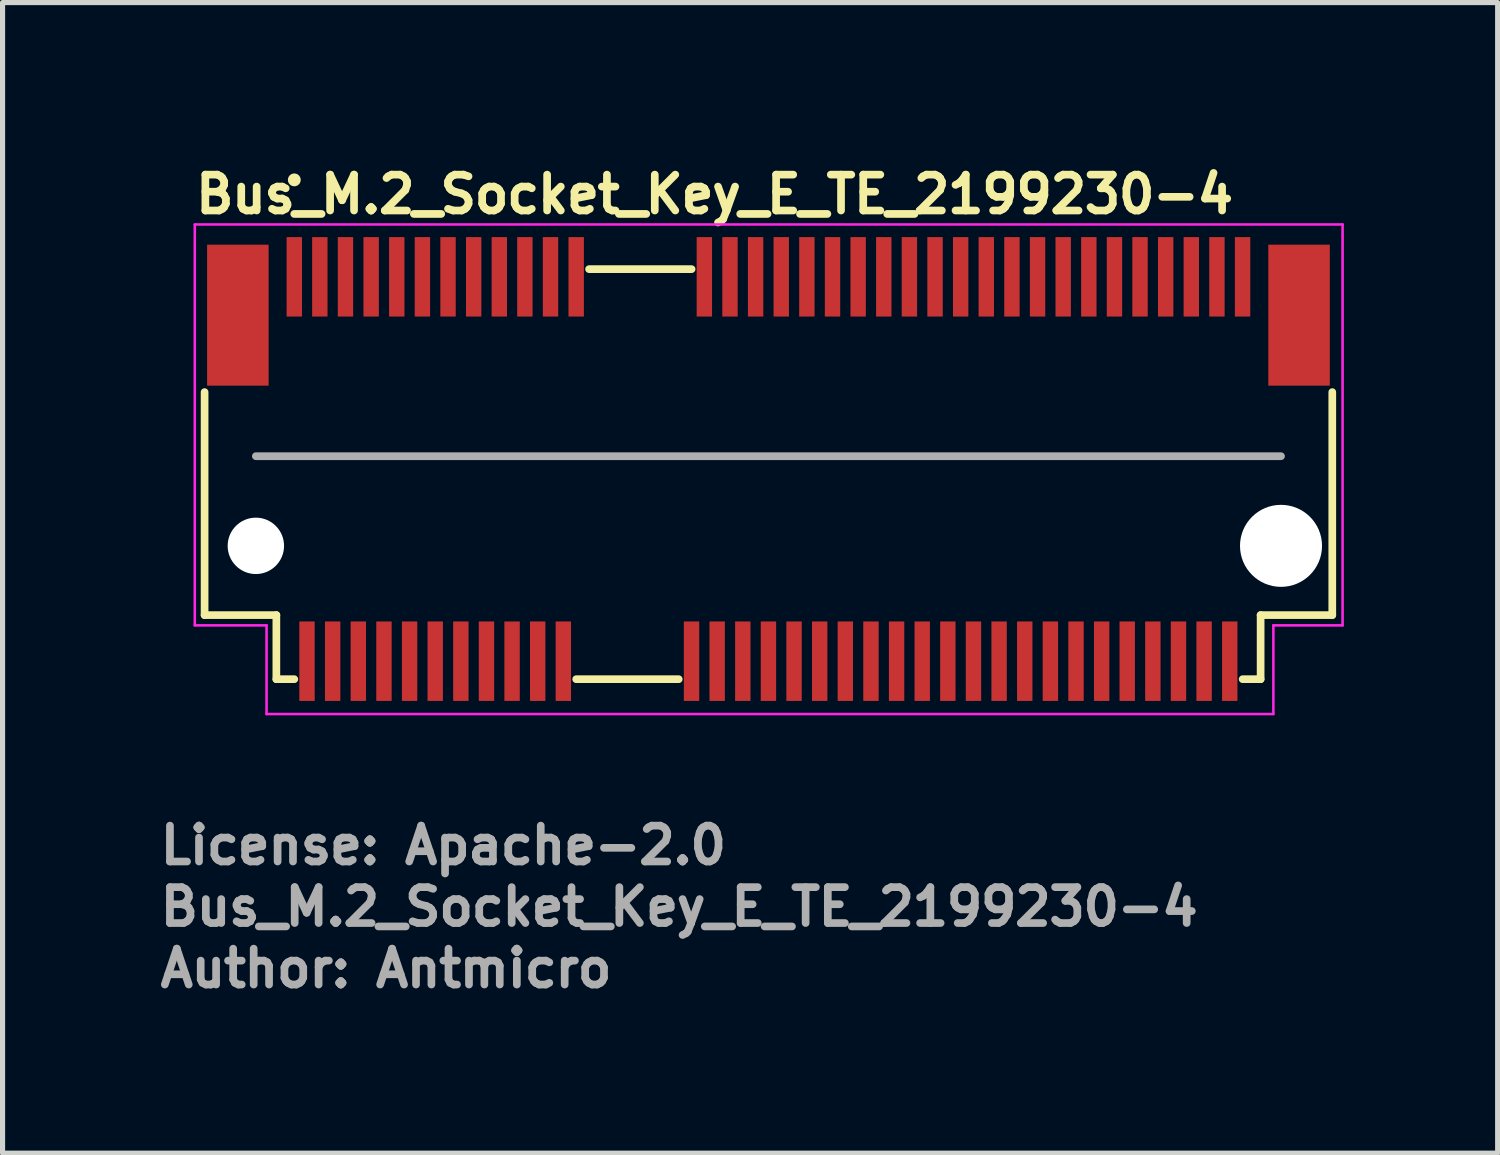
<source format=kicad_pcb>
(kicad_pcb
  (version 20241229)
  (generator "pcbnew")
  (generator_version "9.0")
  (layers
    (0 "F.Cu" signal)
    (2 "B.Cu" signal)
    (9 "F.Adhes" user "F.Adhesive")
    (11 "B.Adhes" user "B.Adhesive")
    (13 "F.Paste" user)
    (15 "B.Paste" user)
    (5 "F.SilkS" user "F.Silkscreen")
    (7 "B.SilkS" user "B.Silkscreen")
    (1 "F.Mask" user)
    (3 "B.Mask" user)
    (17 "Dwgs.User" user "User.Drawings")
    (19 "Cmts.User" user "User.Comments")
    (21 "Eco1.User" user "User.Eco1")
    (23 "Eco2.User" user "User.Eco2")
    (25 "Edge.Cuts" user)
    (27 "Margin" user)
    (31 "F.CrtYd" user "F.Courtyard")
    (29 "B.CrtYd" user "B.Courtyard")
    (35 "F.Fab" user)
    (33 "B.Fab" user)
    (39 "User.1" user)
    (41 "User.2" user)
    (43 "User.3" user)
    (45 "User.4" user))
  (footprint "Bus_M.2_Socket_Key_E_TE_2199230-4"
    (layer "F.Cu")
    (at 11.94 6.099)
    (property "Reference" "Bus_M.2_Socket_Key_E_TE_2199230-4" (at -11.249 -4.949 0) (layer "F.SilkS") (effects (font (size 0.7 0.7) (thickness 0.15)) (justify left bottom)))
    (attr smd)
    (fp_line (start -10.999 2.85) (end -10.999 -1.5) (stroke (width 0.15) (type solid)) (layer "F.SilkS"))
    (fp_line (start -9.599 2.85) (end -10.999 2.85) (stroke (width 0.15) (type solid)) (layer "F.SilkS"))
    (fp_line (start -9.599 2.85) (end -9.599 4.1) (stroke (width 0.15) (type solid)) (layer "F.SilkS"))
    (fp_line (start -9.599 4.1) (end -9.249 4.1) (stroke (width 0.15) (type solid)) (layer "F.SilkS"))
    (fp_line (start -3.75 4.1) (end -1.75 4.1) (stroke (width 0.15) (type solid)) (layer "F.SilkS"))
    (fp_line (start -3.499 -3.899) (end -1.499 -3.899) (stroke (width 0.15) (type solid)) (layer "F.SilkS"))
    (fp_line (start 9.251 4.1) (end 9.601 4.1) (stroke (width 0.15) (type solid)) (layer "F.SilkS"))
    (fp_line (start 9.601 4.1) (end 9.601 2.85) (stroke (width 0.15) (type solid)) (layer "F.SilkS"))
    (fp_line (start 10.999 -1.5) (end 10.999 2.85) (stroke (width 0.15) (type solid)) (layer "F.SilkS"))
    (fp_line (start 10.999 2.85) (end 9.601 2.85) (stroke (width 0.15) (type solid)) (layer "F.SilkS"))
    (fp_circle (center -9.249 -5.64) (end -9.199 -5.64) (stroke (width 0.15) (type solid)) (fill yes) (layer "F.SilkS"))
    (fp_line (start -11.19 -4.77) (end -11.19 3.05) (stroke (width 0.05) (type solid)) (layer "F.CrtYd"))
    (fp_line (start -11.19 3.05) (end -9.79 3.05) (stroke (width 0.05) (type solid)) (layer "F.CrtYd"))
    (fp_line (start -9.79 3.05) (end -9.79 4.78) (stroke (width 0.05) (type solid)) (layer "F.CrtYd"))
    (fp_line (start -9.79 4.78) (end 9.85 4.78) (stroke (width 0.05) (type solid)) (layer "F.CrtYd"))
    (fp_line (start 9.85 3.05) (end 11.2 3.05) (stroke (width 0.05) (type solid)) (layer "F.CrtYd"))
    (fp_line (start 9.85 4.78) (end 9.85 3.05) (stroke (width 0.05) (type solid)) (layer "F.CrtYd"))
    (fp_line (start 11.2 -4.77) (end -11.19 -4.77) (stroke (width 0.05) (type solid)) (layer "F.CrtYd"))
    (fp_line (start 11.2 3.05) (end 11.2 -4.77) (stroke (width 0.05) (type solid)) (layer "F.CrtYd"))
    (fp_line (start -9.999 -0.25) (end 9.999 -0.25) (stroke (width 0.15) (type solid)) (layer "F.Fab"))
    (fp_rect (start -10.949 -4.349) (end 10.95 4.35) (stroke (width 0.1) (type solid)) (fill no) (layer "User.5"))
    (fp_line (start -10.949 -3.749) (end -10.949 1.749) (stroke (width 0.02) (type solid)) (layer "User.9"))
    (fp_line (start -10.949 -3.749) (end 10.95 -3.749) (stroke (width 0.02) (type solid)) (layer "User.9"))
    (fp_line (start -10.949 2.183) (end -10.949 1.749) (stroke (width 0.02) (type solid)) (layer "User.9"))
    (fp_line (start -10.949 2.183) (end -10.949 2.183) (stroke (width 0.02) (type solid)) (layer "User.9"))
    (fp_line (start -10.949 2.374) (end -10.949 2.183) (stroke (width 0.02) (type solid)) (layer "User.9"))
    (fp_line (start -10.949 2.374) (end -10.949 2.374) (stroke (width 0.02) (type solid)) (layer "User.9"))
    (fp_line (start -10.949 2.457) (end -10.949 2.374) (stroke (width 0.02) (type solid)) (layer "User.9"))
    (fp_line (start -10.949 2.457) (end -10.949 2.457) (stroke (width 0.02) (type solid)) (layer "User.9"))
    (fp_line (start -10.949 2.531) (end -10.949 2.457) (stroke (width 0.02) (type solid)) (layer "User.9"))
    (fp_line (start -10.949 2.531) (end -10.949 2.531) (stroke (width 0.02) (type solid)) (layer "User.9"))
    (fp_line (start -10.949 2.595) (end -10.949 2.531) (stroke (width 0.02) (type solid)) (layer "User.9"))
    (fp_line (start -10.949 2.595) (end -10.949 2.595) (stroke (width 0.02) (type solid)) (layer "User.9"))
    (fp_line (start -10.949 2.651) (end -10.949 2.595) (stroke (width 0.02) (type solid)) (layer "User.9"))
    (fp_line (start -10.949 2.651) (end -10.949 2.651) (stroke (width 0.02) (type solid)) (layer "User.9"))
    (fp_line (start -10.949 2.693) (end -10.949 2.651) (stroke (width 0.02) (type solid)) (layer "User.9"))
    (fp_line (start -10.949 2.693) (end -10.949 2.693) (stroke (width 0.02) (type solid)) (layer "User.9"))
    (fp_line (start -10.949 2.725) (end -10.949 2.693) (stroke (width 0.02) (type solid)) (layer "User.9"))
    (fp_line (start -10.949 2.725) (end -10.949 2.725) (stroke (width 0.02) (type solid)) (layer "User.9"))
    (fp_line (start -10.949 2.744) (end -10.949 2.725) (stroke (width 0.02) (type solid)) (layer "User.9"))
    (fp_line (start -10.949 2.744) (end -10.949 2.744) (stroke (width 0.02) (type solid)) (layer "User.9"))
    (fp_line (start -10.949 2.749) (end -10.949 2.744) (stroke (width 0.02) (type solid)) (layer "User.9"))
    (fp_line (start -10.949 2.749) (end -10.574 2.749) (stroke (width 0.02) (type solid)) (layer "User.9"))
    (fp_line (start -10.574 1.749) (end -2.674 1.749) (stroke (width 0.02) (type solid)) (layer "User.9"))
    (fp_line (start -10.574 2.749) (end -10.55 2.749) (stroke (width 0.02) (type solid)) (layer "User.9"))
    (fp_line (start -10.55 2.749) (end -10.525 2.747) (stroke (width 0.02) (type solid)) (layer "User.9"))
    (fp_line (start -10.525 2.747) (end -10.501 2.744) (stroke (width 0.02) (type solid)) (layer "User.9"))
    (fp_line (start -10.501 2.744) (end -10.477 2.741) (stroke (width 0.02) (type solid)) (layer "User.9"))
    (fp_line (start -10.477 2.741) (end -10.453 2.733) (stroke (width 0.02) (type solid)) (layer "User.9"))
    (fp_line (start -10.453 2.733) (end -10.429 2.728) (stroke (width 0.02) (type solid)) (layer "User.9"))
    (fp_line (start -10.429 2.728) (end -10.407 2.72) (stroke (width 0.02) (type solid)) (layer "User.9"))
    (fp_line (start -10.407 2.72) (end -10.384 2.712) (stroke (width 0.02) (type solid)) (layer "User.9"))
    (fp_line (start -10.384 2.712) (end -10.362 2.701) (stroke (width 0.02) (type solid)) (layer "User.9"))
    (fp_line (start -10.362 2.701) (end -10.34 2.691) (stroke (width 0.02) (type solid)) (layer "User.9"))
    (fp_line (start -10.34 2.691) (end -10.318 2.68) (stroke (width 0.02) (type solid)) (layer "User.9"))
    (fp_line (start -10.318 2.68) (end -10.298 2.664) (stroke (width 0.02) (type solid)) (layer "User.9"))
    (fp_line (start -10.298 2.664) (end -10.278 2.651) (stroke (width 0.02) (type solid)) (layer "User.9"))
    (fp_line (start -10.278 2.651) (end -10.259 2.635) (stroke (width 0.02) (type solid)) (layer "User.9"))
    (fp_line (start -10.259 2.635) (end -10.239 2.619) (stroke (width 0.02) (type solid)) (layer "User.9"))
    (fp_line (start -10.239 2.619) (end -10.221 2.603) (stroke (width 0.02) (type solid)) (layer "User.9"))
    (fp_line (start -10.221 2.603) (end -10.221 2.603) (stroke (width 0.02) (type solid)) (layer "User.9"))
    (fp_line (start -10.221 2.603) (end -10.205 2.584) (stroke (width 0.02) (type solid)) (layer "User.9"))
    (fp_line (start -10.205 2.584) (end -10.189 2.566) (stroke (width 0.02) (type solid)) (layer "User.9"))
    (fp_line (start -10.189 2.566) (end -10.174 2.547) (stroke (width 0.02) (type solid)) (layer "User.9"))
    (fp_line (start -10.174 2.547) (end -10.16 2.528) (stroke (width 0.02) (type solid)) (layer "User.9"))
    (fp_line (start -10.16 2.528) (end -10.145 2.507) (stroke (width 0.02) (type solid)) (layer "User.9"))
    (fp_line (start -10.145 2.507) (end -10.133 2.486) (stroke (width 0.02) (type solid)) (layer "User.9"))
    (fp_line (start -10.133 2.486) (end -10.122 2.462) (stroke (width 0.02) (type solid)) (layer "User.9"))
    (fp_line (start -10.122 2.462) (end -10.113 2.441) (stroke (width 0.02) (type solid)) (layer "User.9"))
    (fp_line (start -10.113 2.441) (end -10.104 2.419) (stroke (width 0.02) (type solid)) (layer "User.9"))
    (fp_line (start -10.104 2.419) (end -10.096 2.395) (stroke (width 0.02) (type solid)) (layer "User.9"))
    (fp_line (start -10.096 2.395) (end -10.09 2.372) (stroke (width 0.02) (type solid)) (layer "User.9"))
    (fp_line (start -10.09 2.372) (end -10.084 2.348) (stroke (width 0.02) (type solid)) (layer "User.9"))
    (fp_line (start -10.084 2.348) (end -10.081 2.324) (stroke (width 0.02) (type solid)) (layer "User.9"))
    (fp_line (start -10.081 2.324) (end -10.078 2.3) (stroke (width 0.02) (type solid)) (layer "User.9"))
    (fp_line (start -10.078 2.3) (end -10.076 2.273) (stroke (width 0.02) (type solid)) (layer "User.9"))
    (fp_line (start -10.076 2.273) (end -10.075 2.249) (stroke (width 0.02) (type solid)) (layer "User.9"))
    (fp_line (start -10.075 2.103) (end -10.075 1.749) (stroke (width 0.02) (type solid)) (layer "User.9"))
    (fp_line (start -10.075 2.103) (end -10.075 2.103) (stroke (width 0.02) (type solid)) (layer "User.9"))
    (fp_line (start -10.075 2.249) (end -10.075 2.103) (stroke (width 0.02) (type solid)) (layer "User.9"))
    (fp_line (start -9.55 -3.22) (end -8.95 -3.22) (stroke (width 0.02) (type solid)) (layer "User.9"))
    (fp_line (start -9.499 1.749) (end -9.499 3.999) (stroke (width 0.02) (type solid)) (layer "User.9"))
    (fp_line (start -9.499 2.749) (end -10.574 2.749) (stroke (width 0.02) (type solid)) (layer "User.9"))
    (fp_line (start -9.499 3.999) (end -3.655 3.999) (stroke (width 0.02) (type solid)) (layer "User.9"))
    (fp_line (start -9.324 -4.349) (end -9.324 -3.85) (stroke (width 0.02) (type solid)) (layer "User.9"))
    (fp_line (start -9.324 -4.349) (end -9.176 -4.349) (stroke (width 0.02) (type solid)) (layer "User.9"))
    (fp_line (start -9.324 -3.85) (end -9.324 -3.749) (stroke (width 0.02) (type solid)) (layer "User.9"))
    (fp_line (start -9.249 -3.74) (end -9.55 -3.22) (stroke (width 0.02) (type solid)) (layer "User.9"))
    (fp_line (start -9.176 -4.349) (end -9.176 -3.85) (stroke (width 0.02) (type solid)) (layer "User.9"))
    (fp_line (start -9.176 -3.85) (end -9.176 -3.749) (stroke (width 0.02) (type solid)) (layer "User.9"))
    (fp_line (start -9.094 2.252) (end -9.074 1.981) (stroke (width 0.02) (type solid)) (layer "User.9"))
    (fp_line (start -9.094 2.252) (end -8.906 2.252) (stroke (width 0.02) (type solid)) (layer "User.9"))
    (fp_line (start -9.074 1.749) (end -9.074 1.797) (stroke (width 0.02) (type solid)) (layer "User.9"))
    (fp_line (start -9.074 1.903) (end -9.074 1.797) (stroke (width 0.02) (type solid)) (layer "User.9"))
    (fp_line (start -9.074 1.903) (end -9.074 1.981) (stroke (width 0.02) (type solid)) (layer "User.9"))
    (fp_line (start -9.074 3.999) (end -9.074 4.35) (stroke (width 0.02) (type solid)) (layer "User.9"))
    (fp_line (start -9.074 4.35) (end -8.925 4.35) (stroke (width 0.02) (type solid)) (layer "User.9"))
    (fp_line (start -8.95 -3.22) (end -9.249 -3.74) (stroke (width 0.02) (type solid)) (layer "User.9"))
    (fp_line (start -8.925 1.749) (end -8.925 1.797) (stroke (width 0.02) (type solid)) (layer "User.9"))
    (fp_line (start -8.925 1.903) (end -8.925 1.797) (stroke (width 0.02) (type solid)) (layer "User.9"))
    (fp_line (start -8.925 1.903) (end -8.925 1.981) (stroke (width 0.02) (type solid)) (layer "User.9"))
    (fp_line (start -8.925 3.999) (end -8.925 4.35) (stroke (width 0.02) (type solid)) (layer "User.9"))
    (fp_line (start -8.906 2.252) (end -8.925 1.981) (stroke (width 0.02) (type solid)) (layer "User.9"))
    (fp_line (start -8.825 -4.349) (end -8.825 -3.85) (stroke (width 0.02) (type solid)) (layer "User.9"))
    (fp_line (start -8.825 -4.349) (end -8.675 -4.349) (stroke (width 0.02) (type solid)) (layer "User.9"))
    (fp_line (start -8.825 -3.85) (end -8.825 -3.749) (stroke (width 0.02) (type solid)) (layer "User.9"))
    (fp_line (start -8.675 -4.349) (end -8.675 -3.85) (stroke (width 0.02) (type solid)) (layer "User.9"))
    (fp_line (start -8.675 -3.85) (end -8.675 -3.749) (stroke (width 0.02) (type solid)) (layer "User.9"))
    (fp_line (start -8.593 2.252) (end -8.574 1.981) (stroke (width 0.02) (type solid)) (layer "User.9"))
    (fp_line (start -8.593 2.252) (end -8.407 2.252) (stroke (width 0.02) (type solid)) (layer "User.9"))
    (fp_line (start -8.574 1.749) (end -8.574 1.797) (stroke (width 0.02) (type solid)) (layer "User.9"))
    (fp_line (start -8.574 1.903) (end -8.574 1.797) (stroke (width 0.02) (type solid)) (layer "User.9"))
    (fp_line (start -8.574 1.903) (end -8.574 1.981) (stroke (width 0.02) (type solid)) (layer "User.9"))
    (fp_line (start -8.574 3.999) (end -8.574 4.35) (stroke (width 0.02) (type solid)) (layer "User.9"))
    (fp_line (start -8.574 4.35) (end -8.425 4.35) (stroke (width 0.02) (type solid)) (layer "User.9"))
    (fp_line (start -8.425 1.749) (end -8.425 1.797) (stroke (width 0.02) (type solid)) (layer "User.9"))
    (fp_line (start -8.425 1.903) (end -8.425 1.797) (stroke (width 0.02) (type solid)) (layer "User.9"))
    (fp_line (start -8.425 1.903) (end -8.425 1.981) (stroke (width 0.02) (type solid)) (layer "User.9"))
    (fp_line (start -8.425 3.999) (end -8.425 4.35) (stroke (width 0.02) (type solid)) (layer "User.9"))
    (fp_line (start -8.407 2.252) (end -8.425 1.981) (stroke (width 0.02) (type solid)) (layer "User.9"))
    (fp_line (start -8.324 -4.349) (end -8.324 -3.85) (stroke (width 0.02) (type solid)) (layer "User.9"))
    (fp_line (start -8.324 -4.349) (end -8.175 -4.349) (stroke (width 0.02) (type solid)) (layer "User.9"))
    (fp_line (start -8.324 -3.85) (end -8.324 -3.749) (stroke (width 0.02) (type solid)) (layer "User.9"))
    (fp_line (start -8.175 -4.349) (end -8.175 -3.85) (stroke (width 0.02) (type solid)) (layer "User.9"))
    (fp_line (start -8.175 -3.85) (end -8.175 -3.749) (stroke (width 0.02) (type solid)) (layer "User.9"))
    (fp_line (start -8.093 2.252) (end -8.074 1.981) (stroke (width 0.02) (type solid)) (layer "User.9"))
    (fp_line (start -8.093 2.252) (end -7.907 2.252) (stroke (width 0.02) (type solid)) (layer "User.9"))
    (fp_line (start -8.074 1.749) (end -8.074 1.797) (stroke (width 0.02) (type solid)) (layer "User.9"))
    (fp_line (start -8.074 1.903) (end -8.074 1.797) (stroke (width 0.02) (type solid)) (layer "User.9"))
    (fp_line (start -8.074 1.903) (end -8.074 1.981) (stroke (width 0.02) (type solid)) (layer "User.9"))
    (fp_line (start -8.074 3.999) (end -8.074 4.35) (stroke (width 0.02) (type solid)) (layer "User.9"))
    (fp_line (start -8.074 4.35) (end -7.925 4.35) (stroke (width 0.02) (type solid)) (layer "User.9"))
    (fp_line (start -7.925 1.749) (end -7.925 1.797) (stroke (width 0.02) (type solid)) (layer "User.9"))
    (fp_line (start -7.925 1.903) (end -7.925 1.797) (stroke (width 0.02) (type solid)) (layer "User.9"))
    (fp_line (start -7.925 1.903) (end -7.925 1.981) (stroke (width 0.02) (type solid)) (layer "User.9"))
    (fp_line (start -7.925 3.999) (end -7.925 4.35) (stroke (width 0.02) (type solid)) (layer "User.9"))
    (fp_line (start -7.907 2.252) (end -7.925 1.981) (stroke (width 0.02) (type solid)) (layer "User.9"))
    (fp_line (start -7.826 -4.349) (end -7.826 -3.85) (stroke (width 0.02) (type solid)) (layer "User.9"))
    (fp_line (start -7.826 -4.349) (end -7.675 -4.349) (stroke (width 0.02) (type solid)) (layer "User.9"))
    (fp_line (start -7.826 -3.85) (end -7.826 -3.749) (stroke (width 0.02) (type solid)) (layer "User.9"))
    (fp_line (start -7.675 -4.349) (end -7.675 -3.85) (stroke (width 0.02) (type solid)) (layer "User.9"))
    (fp_line (start -7.675 -3.85) (end -7.675 -3.749) (stroke (width 0.02) (type solid)) (layer "User.9"))
    (fp_line (start -7.593 2.252) (end -7.576 1.981) (stroke (width 0.02) (type solid)) (layer "User.9"))
    (fp_line (start -7.593 2.252) (end -7.407 2.252) (stroke (width 0.02) (type solid)) (layer "User.9"))
    (fp_line (start -7.576 1.749) (end -7.576 1.797) (stroke (width 0.02) (type solid)) (layer "User.9"))
    (fp_line (start -7.576 1.903) (end -7.576 1.797) (stroke (width 0.02) (type solid)) (layer "User.9"))
    (fp_line (start -7.576 1.903) (end -7.576 1.981) (stroke (width 0.02) (type solid)) (layer "User.9"))
    (fp_line (start -7.576 3.999) (end -7.576 4.35) (stroke (width 0.02) (type solid)) (layer "User.9"))
    (fp_line (start -7.576 4.35) (end -7.425 4.35) (stroke (width 0.02) (type solid)) (layer "User.9"))
    (fp_line (start -7.425 1.749) (end -7.425 1.797) (stroke (width 0.02) (type solid)) (layer "User.9"))
    (fp_line (start -7.425 1.903) (end -7.425 1.797) (stroke (width 0.02) (type solid)) (layer "User.9"))
    (fp_line (start -7.425 1.903) (end -7.425 1.981) (stroke (width 0.02) (type solid)) (layer "User.9"))
    (fp_line (start -7.425 3.999) (end -7.425 4.35) (stroke (width 0.02) (type solid)) (layer "User.9"))
    (fp_line (start -7.407 2.252) (end -7.425 1.981) (stroke (width 0.02) (type solid)) (layer "User.9"))
    (fp_line (start -7.326 -4.349) (end -7.326 -3.85) (stroke (width 0.02) (type solid)) (layer "User.9"))
    (fp_line (start -7.326 -4.349) (end -7.174 -4.349) (stroke (width 0.02) (type solid)) (layer "User.9"))
    (fp_line (start -7.326 -3.85) (end -7.326 -3.749) (stroke (width 0.02) (type solid)) (layer "User.9"))
    (fp_line (start -7.174 -4.349) (end -7.174 -3.85) (stroke (width 0.02) (type solid)) (layer "User.9"))
    (fp_line (start -7.174 -3.85) (end -7.174 -3.749) (stroke (width 0.02) (type solid)) (layer "User.9"))
    (fp_line (start -7.093 2.252) (end -7.076 1.981) (stroke (width 0.02) (type solid)) (layer "User.9"))
    (fp_line (start -7.093 2.252) (end -6.907 2.252) (stroke (width 0.02) (type solid)) (layer "User.9"))
    (fp_line (start -7.076 1.749) (end -7.076 1.797) (stroke (width 0.02) (type solid)) (layer "User.9"))
    (fp_line (start -7.076 1.903) (end -7.076 1.797) (stroke (width 0.02) (type solid)) (layer "User.9"))
    (fp_line (start -7.076 1.903) (end -7.076 1.981) (stroke (width 0.02) (type solid)) (layer "User.9"))
    (fp_line (start -7.076 3.999) (end -7.076 4.35) (stroke (width 0.02) (type solid)) (layer "User.9"))
    (fp_line (start -7.076 4.35) (end -6.924 4.35) (stroke (width 0.02) (type solid)) (layer "User.9"))
    (fp_line (start -6.924 1.749) (end -6.924 1.797) (stroke (width 0.02) (type solid)) (layer "User.9"))
    (fp_line (start -6.924 1.903) (end -6.924 1.797) (stroke (width 0.02) (type solid)) (layer "User.9"))
    (fp_line (start -6.924 1.903) (end -6.924 1.981) (stroke (width 0.02) (type solid)) (layer "User.9"))
    (fp_line (start -6.924 3.999) (end -6.924 4.35) (stroke (width 0.02) (type solid)) (layer "User.9"))
    (fp_line (start -6.907 2.252) (end -6.924 1.981) (stroke (width 0.02) (type solid)) (layer "User.9"))
    (fp_line (start -6.826 -4.349) (end -6.826 -3.85) (stroke (width 0.02) (type solid)) (layer "User.9"))
    (fp_line (start -6.826 -4.349) (end -6.674 -4.349) (stroke (width 0.02) (type solid)) (layer "User.9"))
    (fp_line (start -6.826 -3.85) (end -6.826 -3.749) (stroke (width 0.02) (type solid)) (layer "User.9"))
    (fp_line (start -6.674 -4.349) (end -6.674 -3.85) (stroke (width 0.02) (type solid)) (layer "User.9"))
    (fp_line (start -6.674 -3.85) (end -6.674 -3.749) (stroke (width 0.02) (type solid)) (layer "User.9"))
    (fp_line (start -6.593 2.252) (end -6.576 1.981) (stroke (width 0.02) (type solid)) (layer "User.9"))
    (fp_line (start -6.593 2.252) (end -6.407 2.252) (stroke (width 0.02) (type solid)) (layer "User.9"))
    (fp_line (start -6.576 1.749) (end -6.576 1.797) (stroke (width 0.02) (type solid)) (layer "User.9"))
    (fp_line (start -6.576 1.903) (end -6.576 1.797) (stroke (width 0.02) (type solid)) (layer "User.9"))
    (fp_line (start -6.576 1.903) (end -6.576 1.981) (stroke (width 0.02) (type solid)) (layer "User.9"))
    (fp_line (start -6.576 3.999) (end -6.576 4.35) (stroke (width 0.02) (type solid)) (layer "User.9"))
    (fp_line (start -6.576 4.35) (end -6.424 4.35) (stroke (width 0.02) (type solid)) (layer "User.9"))
    (fp_line (start -6.424 1.749) (end -6.424 1.797) (stroke (width 0.02) (type solid)) (layer "User.9"))
    (fp_line (start -6.424 1.903) (end -6.424 1.797) (stroke (width 0.02) (type solid)) (layer "User.9"))
    (fp_line (start -6.424 1.903) (end -6.424 1.981) (stroke (width 0.02) (type solid)) (layer "User.9"))
    (fp_line (start -6.424 3.999) (end -6.424 4.35) (stroke (width 0.02) (type solid)) (layer "User.9"))
    (fp_line (start -6.407 2.252) (end -6.424 1.981) (stroke (width 0.02) (type solid)) (layer "User.9"))
    (fp_line (start -6.326 -4.349) (end -6.326 -3.85) (stroke (width 0.02) (type solid)) (layer "User.9"))
    (fp_line (start -6.326 -4.349) (end -6.174 -4.349) (stroke (width 0.02) (type solid)) (layer "User.9"))
    (fp_line (start -6.326 -3.85) (end -6.326 -3.749) (stroke (width 0.02) (type solid)) (layer "User.9"))
    (fp_line (start -6.174 -4.349) (end -6.174 -3.85) (stroke (width 0.02) (type solid)) (layer "User.9"))
    (fp_line (start -6.174 -3.85) (end -6.174 -3.749) (stroke (width 0.02) (type solid)) (layer "User.9"))
    (fp_line (start -6.093 2.252) (end -6.076 1.981) (stroke (width 0.02) (type solid)) (layer "User.9"))
    (fp_line (start -6.093 2.252) (end -5.907 2.252) (stroke (width 0.02) (type solid)) (layer "User.9"))
    (fp_line (start -6.076 1.749) (end -6.076 1.797) (stroke (width 0.02) (type solid)) (layer "User.9"))
    (fp_line (start -6.076 1.903) (end -6.076 1.797) (stroke (width 0.02) (type solid)) (layer "User.9"))
    (fp_line (start -6.076 1.903) (end -6.076 1.981) (stroke (width 0.02) (type solid)) (layer "User.9"))
    (fp_line (start -6.076 3.999) (end -6.076 4.35) (stroke (width 0.02) (type solid)) (layer "User.9"))
    (fp_line (start -6.076 4.35) (end -5.924 4.35) (stroke (width 0.02) (type solid)) (layer "User.9"))
    (fp_line (start -5.924 1.749) (end -5.924 1.797) (stroke (width 0.02) (type solid)) (layer "User.9"))
    (fp_line (start -5.924 1.903) (end -5.924 1.797) (stroke (width 0.02) (type solid)) (layer "User.9"))
    (fp_line (start -5.924 1.903) (end -5.924 1.981) (stroke (width 0.02) (type solid)) (layer "User.9"))
    (fp_line (start -5.924 3.999) (end -5.924 4.35) (stroke (width 0.02) (type solid)) (layer "User.9"))
    (fp_line (start -5.907 2.252) (end -5.924 1.981) (stroke (width 0.02) (type solid)) (layer "User.9"))
    (fp_line (start -5.826 -4.349) (end -5.826 -3.85) (stroke (width 0.02) (type solid)) (layer "User.9"))
    (fp_line (start -5.826 -4.349) (end -5.674 -4.349) (stroke (width 0.02) (type solid)) (layer "User.9"))
    (fp_line (start -5.826 -3.85) (end -5.826 -3.749) (stroke (width 0.02) (type solid)) (layer "User.9"))
    (fp_line (start -5.674 -4.349) (end -5.674 -3.85) (stroke (width 0.02) (type solid)) (layer "User.9"))
    (fp_line (start -5.674 -3.85) (end -5.674 -3.749) (stroke (width 0.02) (type solid)) (layer "User.9"))
    (fp_line (start -5.593 2.252) (end -5.576 1.981) (stroke (width 0.02) (type solid)) (layer "User.9"))
    (fp_line (start -5.593 2.252) (end -5.407 2.252) (stroke (width 0.02) (type solid)) (layer "User.9"))
    (fp_line (start -5.576 1.749) (end -5.576 1.797) (stroke (width 0.02) (type solid)) (layer "User.9"))
    (fp_line (start -5.576 1.903) (end -5.576 1.797) (stroke (width 0.02) (type solid)) (layer "User.9"))
    (fp_line (start -5.576 1.903) (end -5.576 1.981) (stroke (width 0.02) (type solid)) (layer "User.9"))
    (fp_line (start -5.576 3.999) (end -5.576 4.35) (stroke (width 0.02) (type solid)) (layer "User.9"))
    (fp_line (start -5.576 4.35) (end -5.424 4.35) (stroke (width 0.02) (type solid)) (layer "User.9"))
    (fp_line (start -5.424 1.749) (end -5.424 1.797) (stroke (width 0.02) (type solid)) (layer "User.9"))
    (fp_line (start -5.424 1.903) (end -5.424 1.797) (stroke (width 0.02) (type solid)) (layer "User.9"))
    (fp_line (start -5.424 1.903) (end -5.424 1.981) (stroke (width 0.02) (type solid)) (layer "User.9"))
    (fp_line (start -5.424 3.999) (end -5.424 4.35) (stroke (width 0.02) (type solid)) (layer "User.9"))
    (fp_line (start -5.407 2.252) (end -5.424 1.981) (stroke (width 0.02) (type solid)) (layer "User.9"))
    (fp_line (start -5.326 -4.349) (end -5.326 -3.85) (stroke (width 0.02) (type solid)) (layer "User.9"))
    (fp_line (start -5.326 -4.349) (end -5.174 -4.349) (stroke (width 0.02) (type solid)) (layer "User.9"))
    (fp_line (start -5.326 -3.85) (end -5.326 -3.749) (stroke (width 0.02) (type solid)) (layer "User.9"))
    (fp_line (start -5.174 -4.349) (end -5.174 -3.85) (stroke (width 0.02) (type solid)) (layer "User.9"))
    (fp_line (start -5.174 -3.85) (end -5.174 -3.749) (stroke (width 0.02) (type solid)) (layer "User.9"))
    (fp_line (start -5.094 2.252) (end -5.075 1.981) (stroke (width 0.02) (type solid)) (layer "User.9"))
    (fp_line (start -5.094 2.252) (end -4.907 2.252) (stroke (width 0.02) (type solid)) (layer "User.9"))
    (fp_line (start -5.075 1.749) (end -5.075 1.797) (stroke (width 0.02) (type solid)) (layer "User.9"))
    (fp_line (start -5.075 1.903) (end -5.075 1.797) (stroke (width 0.02) (type solid)) (layer "User.9"))
    (fp_line (start -5.075 1.903) (end -5.075 1.981) (stroke (width 0.02) (type solid)) (layer "User.9"))
    (fp_line (start -5.075 3.999) (end -5.075 4.35) (stroke (width 0.02) (type solid)) (layer "User.9"))
    (fp_line (start -5.075 4.35) (end -4.924 4.35) (stroke (width 0.02) (type solid)) (layer "User.9"))
    (fp_line (start -4.924 1.749) (end -4.924 1.797) (stroke (width 0.02) (type solid)) (layer "User.9"))
    (fp_line (start -4.924 1.903) (end -4.924 1.797) (stroke (width 0.02) (type solid)) (layer "User.9"))
    (fp_line (start -4.924 1.903) (end -4.924 1.981) (stroke (width 0.02) (type solid)) (layer "User.9"))
    (fp_line (start -4.924 3.999) (end -4.924 4.35) (stroke (width 0.02) (type solid)) (layer "User.9"))
    (fp_line (start -4.907 2.252) (end -4.924 1.981) (stroke (width 0.02) (type solid)) (layer "User.9"))
    (fp_line (start -4.825 -4.349) (end -4.825 -3.85) (stroke (width 0.02) (type solid)) (layer "User.9"))
    (fp_line (start -4.825 -4.349) (end -4.674 -4.349) (stroke (width 0.02) (type solid)) (layer "User.9"))
    (fp_line (start -4.825 -3.85) (end -4.825 -3.749) (stroke (width 0.02) (type solid)) (layer "User.9"))
    (fp_line (start -4.674 -4.349) (end -4.674 -3.85) (stroke (width 0.02) (type solid)) (layer "User.9"))
    (fp_line (start -4.674 -3.85) (end -4.674 -3.749) (stroke (width 0.02) (type solid)) (layer "User.9"))
    (fp_line (start -4.594 2.252) (end -4.575 1.981) (stroke (width 0.02) (type solid)) (layer "User.9"))
    (fp_line (start -4.594 2.252) (end -4.407 2.252) (stroke (width 0.02) (type solid)) (layer "User.9"))
    (fp_line (start -4.575 1.749) (end -4.575 1.797) (stroke (width 0.02) (type solid)) (layer "User.9"))
    (fp_line (start -4.575 1.903) (end -4.575 1.797) (stroke (width 0.02) (type solid)) (layer "User.9"))
    (fp_line (start -4.575 1.903) (end -4.575 1.981) (stroke (width 0.02) (type solid)) (layer "User.9"))
    (fp_line (start -4.575 3.999) (end -4.575 4.35) (stroke (width 0.02) (type solid)) (layer "User.9"))
    (fp_line (start -4.575 4.35) (end -4.424 4.35) (stroke (width 0.02) (type solid)) (layer "User.9"))
    (fp_line (start -4.424 1.749) (end -4.424 1.797) (stroke (width 0.02) (type solid)) (layer "User.9"))
    (fp_line (start -4.424 1.903) (end -4.424 1.797) (stroke (width 0.02) (type solid)) (layer "User.9"))
    (fp_line (start -4.424 1.903) (end -4.424 1.981) (stroke (width 0.02) (type solid)) (layer "User.9"))
    (fp_line (start -4.424 3.999) (end -4.424 4.35) (stroke (width 0.02) (type solid)) (layer "User.9"))
    (fp_line (start -4.407 2.252) (end -4.424 1.981) (stroke (width 0.02) (type solid)) (layer "User.9"))
    (fp_line (start -4.325 -4.349) (end -4.325 -3.85) (stroke (width 0.02) (type solid)) (layer "User.9"))
    (fp_line (start -4.325 -4.349) (end -4.174 -4.349) (stroke (width 0.02) (type solid)) (layer "User.9"))
    (fp_line (start -4.325 -3.85) (end -4.325 -3.749) (stroke (width 0.02) (type solid)) (layer "User.9"))
    (fp_line (start -4.174 -4.349) (end -4.174 -3.85) (stroke (width 0.02) (type solid)) (layer "User.9"))
    (fp_line (start -4.174 -3.85) (end -4.174 -3.749) (stroke (width 0.02) (type solid)) (layer "User.9"))
    (fp_line (start -4.094 2.252) (end -4.075 1.981) (stroke (width 0.02) (type solid)) (layer "User.9"))
    (fp_line (start -4.094 2.252) (end -3.907 2.252) (stroke (width 0.02) (type solid)) (layer "User.9"))
    (fp_line (start -4.075 1.749) (end -4.075 1.797) (stroke (width 0.02) (type solid)) (layer "User.9"))
    (fp_line (start -4.075 1.903) (end -4.075 1.797) (stroke (width 0.02) (type solid)) (layer "User.9"))
    (fp_line (start -4.075 1.903) (end -4.075 1.981) (stroke (width 0.02) (type solid)) (layer "User.9"))
    (fp_line (start -4.075 3.999) (end -4.075 4.35) (stroke (width 0.02) (type solid)) (layer "User.9"))
    (fp_line (start -4.075 4.35) (end -3.924 4.35) (stroke (width 0.02) (type solid)) (layer "User.9"))
    (fp_line (start -3.924 1.749) (end -3.924 1.797) (stroke (width 0.02) (type solid)) (layer "User.9"))
    (fp_line (start -3.924 1.903) (end -3.924 1.797) (stroke (width 0.02) (type solid)) (layer "User.9"))
    (fp_line (start -3.924 1.903) (end -3.924 1.981) (stroke (width 0.02) (type solid)) (layer "User.9"))
    (fp_line (start -3.924 3.999) (end -3.924 4.35) (stroke (width 0.02) (type solid)) (layer "User.9"))
    (fp_line (start -3.907 2.252) (end -3.924 1.981) (stroke (width 0.02) (type solid)) (layer "User.9"))
    (fp_line (start -3.825 -4.349) (end -3.825 -3.85) (stroke (width 0.02) (type solid)) (layer "User.9"))
    (fp_line (start -3.825 -4.349) (end -3.674 -4.349) (stroke (width 0.02) (type solid)) (layer "User.9"))
    (fp_line (start -3.825 -3.85) (end -3.825 -3.749) (stroke (width 0.02) (type solid)) (layer "User.9"))
    (fp_line (start -3.674 -4.349) (end -3.674 -3.85) (stroke (width 0.02) (type solid)) (layer "User.9"))
    (fp_line (start -3.674 -3.85) (end -3.674 -3.749) (stroke (width 0.02) (type solid)) (layer "User.9"))
    (fp_line (start -3.655 1.749) (end -3.655 3.999) (stroke (width 0.02) (type solid)) (layer "User.9"))
    (fp_line (start -3.655 3.999) (end -3.546 3.999) (stroke (width 0.02) (type solid)) (layer "User.9"))
    (fp_line (start -3.546 3.749) (end -3.546 3.999) (stroke (width 0.02) (type solid)) (layer "User.9"))
    (fp_line (start -3.546 3.749) (end -1.955 3.749) (stroke (width 0.02) (type solid)) (layer "User.9"))
    (fp_line (start -3.174 2.103) (end -3.174 1.749) (stroke (width 0.02) (type solid)) (layer "User.9"))
    (fp_line (start -3.174 2.103) (end -3.174 2.103) (stroke (width 0.02) (type solid)) (layer "User.9"))
    (fp_line (start -3.174 2.249) (end -3.174 2.103) (stroke (width 0.02) (type solid)) (layer "User.9"))
    (fp_line (start -3.174 2.249) (end -3.174 2.273) (stroke (width 0.02) (type solid)) (layer "User.9"))
    (fp_line (start -3.174 2.273) (end -3.173 2.3) (stroke (width 0.02) (type solid)) (layer "User.9"))
    (fp_line (start -3.173 2.3) (end -3.17 2.324) (stroke (width 0.02) (type solid)) (layer "User.9"))
    (fp_line (start -3.17 2.324) (end -3.165 2.348) (stroke (width 0.02) (type solid)) (layer "User.9"))
    (fp_line (start -3.165 2.348) (end -3.16 2.372) (stroke (width 0.02) (type solid)) (layer "User.9"))
    (fp_line (start -3.16 2.372) (end -3.154 2.395) (stroke (width 0.02) (type solid)) (layer "User.9"))
    (fp_line (start -3.154 2.395) (end -3.146 2.419) (stroke (width 0.02) (type solid)) (layer "User.9"))
    (fp_line (start -3.146 2.419) (end -3.136 2.441) (stroke (width 0.02) (type solid)) (layer "User.9"))
    (fp_line (start -3.136 2.441) (end -3.128 2.462) (stroke (width 0.02) (type solid)) (layer "User.9"))
    (fp_line (start -3.128 2.462) (end -3.117 2.486) (stroke (width 0.02) (type solid)) (layer "User.9"))
    (fp_line (start -3.117 2.486) (end -3.104 2.507) (stroke (width 0.02) (type solid)) (layer "User.9"))
    (fp_line (start -3.104 2.507) (end -3.091 2.528) (stroke (width 0.02) (type solid)) (layer "User.9"))
    (fp_line (start -3.091 2.528) (end -3.077 2.547) (stroke (width 0.02) (type solid)) (layer "User.9"))
    (fp_line (start -3.077 2.547) (end -3.062 2.566) (stroke (width 0.02) (type solid)) (layer "User.9"))
    (fp_line (start -3.062 2.566) (end -3.046 2.584) (stroke (width 0.02) (type solid)) (layer "User.9"))
    (fp_line (start -3.046 2.584) (end -3.029 2.603) (stroke (width 0.02) (type solid)) (layer "User.9"))
    (fp_line (start -3.029 2.603) (end -3.029 2.603) (stroke (width 0.02) (type solid)) (layer "User.9"))
    (fp_line (start -3.029 2.603) (end -3.011 2.619) (stroke (width 0.02) (type solid)) (layer "User.9"))
    (fp_line (start -3.011 2.619) (end -2.992 2.635) (stroke (width 0.02) (type solid)) (layer "User.9"))
    (fp_line (start -2.992 2.635) (end -2.972 2.651) (stroke (width 0.02) (type solid)) (layer "User.9"))
    (fp_line (start -2.972 2.651) (end -2.953 2.664) (stroke (width 0.02) (type solid)) (layer "User.9"))
    (fp_line (start -2.953 2.664) (end -2.931 2.68) (stroke (width 0.02) (type solid)) (layer "User.9"))
    (fp_line (start -2.931 2.68) (end -2.91 2.691) (stroke (width 0.02) (type solid)) (layer "User.9"))
    (fp_line (start -2.91 2.691) (end -2.889 2.701) (stroke (width 0.02) (type solid)) (layer "User.9"))
    (fp_line (start -2.889 2.701) (end -2.867 2.712) (stroke (width 0.02) (type solid)) (layer "User.9"))
    (fp_line (start -2.867 2.712) (end -2.844 2.72) (stroke (width 0.02) (type solid)) (layer "User.9"))
    (fp_line (start -2.844 2.72) (end -2.82 2.728) (stroke (width 0.02) (type solid)) (layer "User.9"))
    (fp_line (start -2.82 2.728) (end -2.796 2.733) (stroke (width 0.02) (type solid)) (layer "User.9"))
    (fp_line (start -2.796 2.733) (end -2.774 2.741) (stroke (width 0.02) (type solid)) (layer "User.9"))
    (fp_line (start -2.774 2.741) (end -2.748 2.744) (stroke (width 0.02) (type solid)) (layer "User.9"))
    (fp_line (start -2.748 2.744) (end -2.724 2.747) (stroke (width 0.02) (type solid)) (layer "User.9"))
    (fp_line (start -2.724 2.747) (end -2.7 2.749) (stroke (width 0.02) (type solid)) (layer "User.9"))
    (fp_line (start -2.7 2.749) (end -2.674 2.749) (stroke (width 0.02) (type solid)) (layer "User.9"))
    (fp_line (start -2.674 2.749) (end -2.575 2.749) (stroke (width 0.02) (type solid)) (layer "User.9"))
    (fp_line (start -2.575 1.749) (end 10.575 1.749) (stroke (width 0.02) (type solid)) (layer "User.9"))
    (fp_line (start -2.551 2.749) (end -2.575 2.749) (stroke (width 0.02) (type solid)) (layer "User.9"))
    (fp_line (start -2.525 2.747) (end -2.551 2.749) (stroke (width 0.02) (type solid)) (layer "User.9"))
    (fp_line (start -2.501 2.744) (end -2.525 2.747) (stroke (width 0.02) (type solid)) (layer "User.9"))
    (fp_line (start -2.476 2.741) (end -2.501 2.744) (stroke (width 0.02) (type solid)) (layer "User.9"))
    (fp_line (start -2.453 2.733) (end -2.476 2.741) (stroke (width 0.02) (type solid)) (layer "User.9"))
    (fp_line (start -2.429 2.728) (end -2.453 2.733) (stroke (width 0.02) (type solid)) (layer "User.9"))
    (fp_line (start -2.407 2.72) (end -2.429 2.728) (stroke (width 0.02) (type solid)) (layer "User.9"))
    (fp_line (start -2.383 2.712) (end -2.407 2.72) (stroke (width 0.02) (type solid)) (layer "User.9"))
    (fp_line (start -2.362 2.701) (end -2.383 2.712) (stroke (width 0.02) (type solid)) (layer "User.9"))
    (fp_line (start -2.34 2.691) (end -2.362 2.701) (stroke (width 0.02) (type solid)) (layer "User.9"))
    (fp_line (start -2.319 2.68) (end -2.34 2.691) (stroke (width 0.02) (type solid)) (layer "User.9"))
    (fp_line (start -2.298 2.664) (end -2.319 2.68) (stroke (width 0.02) (type solid)) (layer "User.9"))
    (fp_line (start -2.277 2.651) (end -2.298 2.664) (stroke (width 0.02) (type solid)) (layer "User.9"))
    (fp_line (start -2.258 2.635) (end -2.277 2.651) (stroke (width 0.02) (type solid)) (layer "User.9"))
    (fp_line (start -2.24 2.619) (end -2.258 2.635) (stroke (width 0.02) (type solid)) (layer "User.9"))
    (fp_line (start -2.221 2.603) (end -2.24 2.619) (stroke (width 0.02) (type solid)) (layer "User.9"))
    (fp_line (start -2.221 2.603) (end -2.221 2.603) (stroke (width 0.02) (type solid)) (layer "User.9"))
    (fp_line (start -2.205 2.584) (end -2.221 2.603) (stroke (width 0.02) (type solid)) (layer "User.9"))
    (fp_line (start -2.189 2.566) (end -2.205 2.584) (stroke (width 0.02) (type solid)) (layer "User.9"))
    (fp_line (start -2.173 2.547) (end -2.189 2.566) (stroke (width 0.02) (type solid)) (layer "User.9"))
    (fp_line (start -2.16 2.528) (end -2.173 2.547) (stroke (width 0.02) (type solid)) (layer "User.9"))
    (fp_line (start -2.146 2.507) (end -2.16 2.528) (stroke (width 0.02) (type solid)) (layer "User.9"))
    (fp_line (start -2.133 2.486) (end -2.146 2.507) (stroke (width 0.02) (type solid)) (layer "User.9"))
    (fp_line (start -2.123 2.462) (end -2.133 2.486) (stroke (width 0.02) (type solid)) (layer "User.9"))
    (fp_line (start -2.114 2.441) (end -2.123 2.462) (stroke (width 0.02) (type solid)) (layer "User.9"))
    (fp_line (start -2.104 2.419) (end -2.114 2.441) (stroke (width 0.02) (type solid)) (layer "User.9"))
    (fp_line (start -2.096 2.395) (end -2.104 2.419) (stroke (width 0.02) (type solid)) (layer "User.9"))
    (fp_line (start -2.091 2.372) (end -2.096 2.395) (stroke (width 0.02) (type solid)) (layer "User.9"))
    (fp_line (start -2.085 2.348) (end -2.091 2.372) (stroke (width 0.02) (type solid)) (layer "User.9"))
    (fp_line (start -2.08 2.324) (end -2.085 2.348) (stroke (width 0.02) (type solid)) (layer "User.9"))
    (fp_line (start -2.078 2.3) (end -2.08 2.324) (stroke (width 0.02) (type solid)) (layer "User.9"))
    (fp_line (start -2.075 1.749) (end -2.075 2.103) (stroke (width 0.02) (type solid)) (layer "User.9"))
    (fp_line (start -2.075 2.103) (end -2.075 2.103) (stroke (width 0.02) (type solid)) (layer "User.9"))
    (fp_line (start -2.075 2.103) (end -2.075 2.249) (stroke (width 0.02) (type solid)) (layer "User.9"))
    (fp_line (start -2.075 2.249) (end -2.075 2.273) (stroke (width 0.02) (type solid)) (layer "User.9"))
    (fp_line (start -2.075 2.273) (end -2.078 2.3) (stroke (width 0.02) (type solid)) (layer "User.9"))
    (fp_line (start -1.955 3.749) (end -1.955 3.999) (stroke (width 0.02) (type solid)) (layer "User.9"))
    (fp_line (start -1.955 3.999) (end -1.844 3.999) (stroke (width 0.02) (type solid)) (layer "User.9"))
    (fp_line (start -1.844 1.749) (end -1.844 3.999) (stroke (width 0.02) (type solid)) (layer "User.9"))
    (fp_line (start -1.844 3.999) (end 9.499 3.999) (stroke (width 0.02) (type solid)) (layer "User.9"))
    (fp_line (start -1.593 2.252) (end -1.575 1.981) (stroke (width 0.02) (type solid)) (layer "User.9"))
    (fp_line (start -1.593 2.252) (end -1.407 2.252) (stroke (width 0.02) (type solid)) (layer "User.9"))
    (fp_line (start -1.575 1.749) (end -1.575 1.797) (stroke (width 0.02) (type solid)) (layer "User.9"))
    (fp_line (start -1.575 1.903) (end -1.575 1.797) (stroke (width 0.02) (type solid)) (layer "User.9"))
    (fp_line (start -1.575 1.903) (end -1.575 1.981) (stroke (width 0.02) (type solid)) (layer "User.9"))
    (fp_line (start -1.575 3.999) (end -1.575 4.35) (stroke (width 0.02) (type solid)) (layer "User.9"))
    (fp_line (start -1.575 4.35) (end -1.424 4.35) (stroke (width 0.02) (type solid)) (layer "User.9"))
    (fp_line (start -1.424 1.749) (end -1.424 1.797) (stroke (width 0.02) (type solid)) (layer "User.9"))
    (fp_line (start -1.424 1.903) (end -1.424 1.797) (stroke (width 0.02) (type solid)) (layer "User.9"))
    (fp_line (start -1.424 1.903) (end -1.424 1.981) (stroke (width 0.02) (type solid)) (layer "User.9"))
    (fp_line (start -1.424 3.999) (end -1.424 4.35) (stroke (width 0.02) (type solid)) (layer "User.9"))
    (fp_line (start -1.407 2.252) (end -1.424 1.981) (stroke (width 0.02) (type solid)) (layer "User.9"))
    (fp_line (start -1.325 -4.349) (end -1.325 -3.85) (stroke (width 0.02) (type solid)) (layer "User.9"))
    (fp_line (start -1.325 -4.349) (end -1.176 -4.349) (stroke (width 0.02) (type solid)) (layer "User.9"))
    (fp_line (start -1.325 -3.85) (end -1.325 -3.749) (stroke (width 0.02) (type solid)) (layer "User.9"))
    (fp_line (start -1.176 -4.349) (end -1.176 -3.85) (stroke (width 0.02) (type solid)) (layer "User.9"))
    (fp_line (start -1.176 -3.85) (end -1.176 -3.749) (stroke (width 0.02) (type solid)) (layer "User.9"))
    (fp_line (start -1.093 2.252) (end -1.073 1.981) (stroke (width 0.02) (type solid)) (layer "User.9"))
    (fp_line (start -1.093 2.252) (end -0.907 2.252) (stroke (width 0.02) (type solid)) (layer "User.9"))
    (fp_line (start -1.073 1.749) (end -1.073 1.797) (stroke (width 0.02) (type solid)) (layer "User.9"))
    (fp_line (start -1.073 1.903) (end -1.073 1.797) (stroke (width 0.02) (type solid)) (layer "User.9"))
    (fp_line (start -1.073 1.903) (end -1.073 1.981) (stroke (width 0.02) (type solid)) (layer "User.9"))
    (fp_line (start -1.073 3.999) (end -1.073 4.35) (stroke (width 0.02) (type solid)) (layer "User.9"))
    (fp_line (start -1.073 4.35) (end -0.926 4.35) (stroke (width 0.02) (type solid)) (layer "User.9"))
    (fp_line (start -0.926 1.749) (end -0.926 1.797) (stroke (width 0.02) (type solid)) (layer "User.9"))
    (fp_line (start -0.926 1.903) (end -0.926 1.797) (stroke (width 0.02) (type solid)) (layer "User.9"))
    (fp_line (start -0.926 1.903) (end -0.926 1.981) (stroke (width 0.02) (type solid)) (layer "User.9"))
    (fp_line (start -0.926 3.999) (end -0.926 4.35) (stroke (width 0.02) (type solid)) (layer "User.9"))
    (fp_line (start -0.907 2.252) (end -0.926 1.981) (stroke (width 0.02) (type solid)) (layer "User.9"))
    (fp_line (start -0.823 -4.349) (end -0.823 -3.85) (stroke (width 0.02) (type solid)) (layer "User.9"))
    (fp_line (start -0.823 -4.349) (end -0.676 -4.349) (stroke (width 0.02) (type solid)) (layer "User.9"))
    (fp_line (start -0.823 -3.85) (end -0.823 -3.749) (stroke (width 0.02) (type solid)) (layer "User.9"))
    (fp_line (start -0.676 -4.349) (end -0.676 -3.85) (stroke (width 0.02) (type solid)) (layer "User.9"))
    (fp_line (start -0.676 -3.85) (end -0.676 -3.749) (stroke (width 0.02) (type solid)) (layer "User.9"))
    (fp_line (start -0.593 2.252) (end -0.573 1.981) (stroke (width 0.02) (type solid)) (layer "User.9"))
    (fp_line (start -0.593 2.252) (end -0.407 2.252) (stroke (width 0.02) (type solid)) (layer "User.9"))
    (fp_line (start -0.573 1.749) (end -0.573 1.797) (stroke (width 0.02) (type solid)) (layer "User.9"))
    (fp_line (start -0.573 1.903) (end -0.573 1.797) (stroke (width 0.02) (type solid)) (layer "User.9"))
    (fp_line (start -0.573 1.903) (end -0.573 1.981) (stroke (width 0.02) (type solid)) (layer "User.9"))
    (fp_line (start -0.573 3.999) (end -0.573 4.35) (stroke (width 0.02) (type solid)) (layer "User.9"))
    (fp_line (start -0.573 4.35) (end -0.426 4.35) (stroke (width 0.02) (type solid)) (layer "User.9"))
    (fp_line (start -0.426 1.749) (end -0.426 1.797) (stroke (width 0.02) (type solid)) (layer "User.9"))
    (fp_line (start -0.426 1.903) (end -0.426 1.797) (stroke (width 0.02) (type solid)) (layer "User.9"))
    (fp_line (start -0.426 1.903) (end -0.426 1.981) (stroke (width 0.02) (type solid)) (layer "User.9"))
    (fp_line (start -0.426 3.999) (end -0.426 4.35) (stroke (width 0.02) (type solid)) (layer "User.9"))
    (fp_line (start -0.407 2.252) (end -0.426 1.981) (stroke (width 0.02) (type solid)) (layer "User.9"))
    (fp_line (start -0.323 -4.349) (end -0.323 -3.85) (stroke (width 0.02) (type solid)) (layer "User.9"))
    (fp_line (start -0.323 -4.349) (end -0.176 -4.349) (stroke (width 0.02) (type solid)) (layer "User.9"))
    (fp_line (start -0.323 -3.85) (end -0.323 -3.749) (stroke (width 0.02) (type solid)) (layer "User.9"))
    (fp_line (start -0.176 -4.349) (end -0.176 -3.85) (stroke (width 0.02) (type solid)) (layer "User.9"))
    (fp_line (start -0.176 -3.85) (end -0.176 -3.749) (stroke (width 0.02) (type solid)) (layer "User.9"))
    (fp_line (start -0.092 2.252) (end -0.073 1.981) (stroke (width 0.02) (type solid)) (layer "User.9"))
    (fp_line (start -0.092 2.252) (end 0.092 2.252) (stroke (width 0.02) (type solid)) (layer "User.9"))
    (fp_line (start -0.073 1.749) (end -0.073 1.797) (stroke (width 0.02) (type solid)) (layer "User.9"))
    (fp_line (start -0.073 1.903) (end -0.073 1.797) (stroke (width 0.02) (type solid)) (layer "User.9"))
    (fp_line (start -0.073 1.903) (end -0.073 1.981) (stroke (width 0.02) (type solid)) (layer "User.9"))
    (fp_line (start -0.073 3.999) (end -0.073 4.35) (stroke (width 0.02) (type solid)) (layer "User.9"))
    (fp_line (start -0.073 4.35) (end 0.073 4.35) (stroke (width 0.02) (type solid)) (layer "User.9"))
    (fp_line (start 0.073 1.749) (end 0.073 1.797) (stroke (width 0.02) (type solid)) (layer "User.9"))
    (fp_line (start 0.073 1.903) (end 0.073 1.797) (stroke (width 0.02) (type solid)) (layer "User.9"))
    (fp_line (start 0.073 1.903) (end 0.073 1.981) (stroke (width 0.02) (type solid)) (layer "User.9"))
    (fp_line (start 0.073 3.999) (end 0.073 4.35) (stroke (width 0.02) (type solid)) (layer "User.9"))
    (fp_line (start 0.092 2.252) (end 0.073 1.981) (stroke (width 0.02) (type solid)) (layer "User.9"))
    (fp_line (start 0.176 -4.349) (end 0.176 -3.85) (stroke (width 0.02) (type solid)) (layer "User.9"))
    (fp_line (start 0.176 -4.349) (end 0.323 -4.349) (stroke (width 0.02) (type solid)) (layer "User.9"))
    (fp_line (start 0.176 -3.85) (end 0.176 -3.749) (stroke (width 0.02) (type solid)) (layer "User.9"))
    (fp_line (start 0.323 -4.349) (end 0.323 -3.85) (stroke (width 0.02) (type solid)) (layer "User.9"))
    (fp_line (start 0.323 -3.85) (end 0.323 -3.749) (stroke (width 0.02) (type solid)) (layer "User.9"))
    (fp_line (start 0.407 2.252) (end 0.426 1.981) (stroke (width 0.02) (type solid)) (layer "User.9"))
    (fp_line (start 0.407 2.252) (end 0.593 2.252) (stroke (width 0.02) (type solid)) (layer "User.9"))
    (fp_line (start 0.426 1.749) (end 0.426 1.797) (stroke (width 0.02) (type solid)) (layer "User.9"))
    (fp_line (start 0.426 1.903) (end 0.426 1.797) (stroke (width 0.02) (type solid)) (layer "User.9"))
    (fp_line (start 0.426 1.903) (end 0.426 1.981) (stroke (width 0.02) (type solid)) (layer "User.9"))
    (fp_line (start 0.426 3.999) (end 0.426 4.35) (stroke (width 0.02) (type solid)) (layer "User.9"))
    (fp_line (start 0.426 4.35) (end 0.573 4.35) (stroke (width 0.02) (type solid)) (layer "User.9"))
    (fp_line (start 0.573 1.749) (end 0.573 1.797) (stroke (width 0.02) (type solid)) (layer "User.9"))
    (fp_line (start 0.573 1.903) (end 0.573 1.797) (stroke (width 0.02) (type solid)) (layer "User.9"))
    (fp_line (start 0.573 1.903) (end 0.573 1.981) (stroke (width 0.02) (type solid)) (layer "User.9"))
    (fp_line (start 0.573 3.999) (end 0.573 4.35) (stroke (width 0.02) (type solid)) (layer "User.9"))
    (fp_line (start 0.593 2.252) (end 0.573 1.981) (stroke (width 0.02) (type solid)) (layer "User.9"))
    (fp_line (start 0.676 -4.349) (end 0.676 -3.85) (stroke (width 0.02) (type solid)) (layer "User.9"))
    (fp_line (start 0.676 -4.349) (end 0.823 -4.349) (stroke (width 0.02) (type solid)) (layer "User.9"))
    (fp_line (start 0.676 -3.85) (end 0.676 -3.749) (stroke (width 0.02) (type solid)) (layer "User.9"))
    (fp_line (start 0.823 -4.349) (end 0.823 -3.85) (stroke (width 0.02) (type solid)) (layer "User.9"))
    (fp_line (start 0.823 -3.85) (end 0.823 -3.749) (stroke (width 0.02) (type solid)) (layer "User.9"))
    (fp_line (start 0.907 2.252) (end 0.926 1.981) (stroke (width 0.02) (type solid)) (layer "User.9"))
    (fp_line (start 0.907 2.252) (end 1.093 2.252) (stroke (width 0.02) (type solid)) (layer "User.9"))
    (fp_line (start 0.926 1.749) (end 0.926 1.797) (stroke (width 0.02) (type solid)) (layer "User.9"))
    (fp_line (start 0.926 1.903) (end 0.926 1.797) (stroke (width 0.02) (type solid)) (layer "User.9"))
    (fp_line (start 0.926 1.903) (end 0.926 1.981) (stroke (width 0.02) (type solid)) (layer "User.9"))
    (fp_line (start 0.926 3.999) (end 0.926 4.35) (stroke (width 0.02) (type solid)) (layer "User.9"))
    (fp_line (start 0.926 4.35) (end 1.073 4.35) (stroke (width 0.02) (type solid)) (layer "User.9"))
    (fp_line (start 1.073 1.749) (end 1.073 1.797) (stroke (width 0.02) (type solid)) (layer "User.9"))
    (fp_line (start 1.073 1.903) (end 1.073 1.797) (stroke (width 0.02) (type solid)) (layer "User.9"))
    (fp_line (start 1.073 1.903) (end 1.073 1.981) (stroke (width 0.02) (type solid)) (layer "User.9"))
    (fp_line (start 1.073 3.999) (end 1.073 4.35) (stroke (width 0.02) (type solid)) (layer "User.9"))
    (fp_line (start 1.093 2.252) (end 1.073 1.981) (stroke (width 0.02) (type solid)) (layer "User.9"))
    (fp_line (start 1.176 -4.349) (end 1.176 -3.85) (stroke (width 0.02) (type solid)) (layer "User.9"))
    (fp_line (start 1.176 -4.349) (end 1.323 -4.349) (stroke (width 0.02) (type solid)) (layer "User.9"))
    (fp_line (start 1.176 -3.85) (end 1.176 -3.749) (stroke (width 0.02) (type solid)) (layer "User.9"))
    (fp_line (start 1.323 -4.349) (end 1.323 -3.85) (stroke (width 0.02) (type solid)) (layer "User.9"))
    (fp_line (start 1.323 -3.85) (end 1.323 -3.749) (stroke (width 0.02) (type solid)) (layer "User.9"))
    (fp_line (start 1.407 2.252) (end 1.426 1.981) (stroke (width 0.02) (type solid)) (layer "User.9"))
    (fp_line (start 1.407 2.252) (end 1.593 2.252) (stroke (width 0.02) (type solid)) (layer "User.9"))
    (fp_line (start 1.426 1.749) (end 1.426 1.797) (stroke (width 0.02) (type solid)) (layer "User.9"))
    (fp_line (start 1.426 1.903) (end 1.426 1.797) (stroke (width 0.02) (type solid)) (layer "User.9"))
    (fp_line (start 1.426 1.903) (end 1.426 1.981) (stroke (width 0.02) (type solid)) (layer "User.9"))
    (fp_line (start 1.426 3.999) (end 1.426 4.35) (stroke (width 0.02) (type solid)) (layer "User.9"))
    (fp_line (start 1.426 4.35) (end 1.573 4.35) (stroke (width 0.02) (type solid)) (layer "User.9"))
    (fp_line (start 1.573 1.749) (end 1.573 1.797) (stroke (width 0.02) (type solid)) (layer "User.9"))
    (fp_line (start 1.573 1.903) (end 1.573 1.797) (stroke (width 0.02) (type solid)) (layer "User.9"))
    (fp_line (start 1.573 1.903) (end 1.573 1.981) (stroke (width 0.02) (type solid)) (layer "User.9"))
    (fp_line (start 1.573 3.999) (end 1.573 4.35) (stroke (width 0.02) (type solid)) (layer "User.9"))
    (fp_line (start 1.593 2.252) (end 1.573 1.981) (stroke (width 0.02) (type solid)) (layer "User.9"))
    (fp_line (start 1.676 -4.349) (end 1.676 -3.85) (stroke (width 0.02) (type solid)) (layer "User.9"))
    (fp_line (start 1.676 -4.349) (end 1.823 -4.349) (stroke (width 0.02) (type solid)) (layer "User.9"))
    (fp_line (start 1.676 -3.85) (end 1.676 -3.749) (stroke (width 0.02) (type solid)) (layer "User.9"))
    (fp_line (start 1.823 -4.349) (end 1.823 -3.85) (stroke (width 0.02) (type solid)) (layer "User.9"))
    (fp_line (start 1.823 -3.85) (end 1.823 -3.749) (stroke (width 0.02) (type solid)) (layer "User.9"))
    (fp_line (start 1.907 2.252) (end 1.926 1.981) (stroke (width 0.02) (type solid)) (layer "User.9"))
    (fp_line (start 1.907 2.252) (end 2.093 2.252) (stroke (width 0.02) (type solid)) (layer "User.9"))
    (fp_line (start 1.926 1.749) (end 1.926 1.797) (stroke (width 0.02) (type solid)) (layer "User.9"))
    (fp_line (start 1.926 1.903) (end 1.926 1.797) (stroke (width 0.02) (type solid)) (layer "User.9"))
    (fp_line (start 1.926 1.903) (end 1.926 1.981) (stroke (width 0.02) (type solid)) (layer "User.9"))
    (fp_line (start 1.926 3.999) (end 1.926 4.35) (stroke (width 0.02) (type solid)) (layer "User.9"))
    (fp_line (start 1.926 4.35) (end 2.074 4.35) (stroke (width 0.02) (type solid)) (layer "User.9"))
    (fp_line (start 2.074 1.749) (end 2.074 1.797) (stroke (width 0.02) (type solid)) (layer "User.9"))
    (fp_line (start 2.074 1.903) (end 2.074 1.797) (stroke (width 0.02) (type solid)) (layer "User.9"))
    (fp_line (start 2.074 1.903) (end 2.074 1.981) (stroke (width 0.02) (type solid)) (layer "User.9"))
    (fp_line (start 2.074 3.999) (end 2.074 4.35) (stroke (width 0.02) (type solid)) (layer "User.9"))
    (fp_line (start 2.093 2.252) (end 2.074 1.981) (stroke (width 0.02) (type solid)) (layer "User.9"))
    (fp_line (start 2.176 -4.349) (end 2.176 -3.85) (stroke (width 0.02) (type solid)) (layer "User.9"))
    (fp_line (start 2.176 -4.349) (end 2.324 -4.349) (stroke (width 0.02) (type solid)) (layer "User.9"))
    (fp_line (start 2.176 -3.85) (end 2.176 -3.749) (stroke (width 0.02) (type solid)) (layer "User.9"))
    (fp_line (start 2.324 -4.349) (end 2.324 -3.85) (stroke (width 0.02) (type solid)) (layer "User.9"))
    (fp_line (start 2.324 -3.85) (end 2.324 -3.749) (stroke (width 0.02) (type solid)) (layer "User.9"))
    (fp_line (start 2.407 2.252) (end 2.426 1.981) (stroke (width 0.02) (type solid)) (layer "User.9"))
    (fp_line (start 2.407 2.252) (end 2.593 2.252) (stroke (width 0.02) (type solid)) (layer "User.9"))
    (fp_line (start 2.426 1.749) (end 2.426 1.797) (stroke (width 0.02) (type solid)) (layer "User.9"))
    (fp_line (start 2.426 1.903) (end 2.426 1.797) (stroke (width 0.02) (type solid)) (layer "User.9"))
    (fp_line (start 2.426 1.903) (end 2.426 1.981) (stroke (width 0.02) (type solid)) (layer "User.9"))
    (fp_line (start 2.426 3.999) (end 2.426 4.35) (stroke (width 0.02) (type solid)) (layer "User.9"))
    (fp_line (start 2.426 4.35) (end 2.574 4.35) (stroke (width 0.02) (type solid)) (layer "User.9"))
    (fp_line (start 2.574 1.749) (end 2.574 1.797) (stroke (width 0.02) (type solid)) (layer "User.9"))
    (fp_line (start 2.574 1.903) (end 2.574 1.797) (stroke (width 0.02) (type solid)) (layer "User.9"))
    (fp_line (start 2.574 1.903) (end 2.574 1.981) (stroke (width 0.02) (type solid)) (layer "User.9"))
    (fp_line (start 2.574 3.999) (end 2.574 4.35) (stroke (width 0.02) (type solid)) (layer "User.9"))
    (fp_line (start 2.593 2.252) (end 2.574 1.981) (stroke (width 0.02) (type solid)) (layer "User.9"))
    (fp_line (start 2.676 -4.349) (end 2.676 -3.85) (stroke (width 0.02) (type solid)) (layer "User.9"))
    (fp_line (start 2.676 -4.349) (end 2.824 -4.349) (stroke (width 0.02) (type solid)) (layer "User.9"))
    (fp_line (start 2.676 -3.85) (end 2.676 -3.749) (stroke (width 0.02) (type solid)) (layer "User.9"))
    (fp_line (start 2.824 -4.349) (end 2.824 -3.85) (stroke (width 0.02) (type solid)) (layer "User.9"))
    (fp_line (start 2.824 -3.85) (end 2.824 -3.749) (stroke (width 0.02) (type solid)) (layer "User.9"))
    (fp_line (start 2.907 2.252) (end 2.926 1.981) (stroke (width 0.02) (type solid)) (layer "User.9"))
    (fp_line (start 2.907 2.252) (end 3.093 2.252) (stroke (width 0.02) (type solid)) (layer "User.9"))
    (fp_line (start 2.926 1.749) (end 2.926 1.797) (stroke (width 0.02) (type solid)) (layer "User.9"))
    (fp_line (start 2.926 1.903) (end 2.926 1.797) (stroke (width 0.02) (type solid)) (layer "User.9"))
    (fp_line (start 2.926 1.903) (end 2.926 1.981) (stroke (width 0.02) (type solid)) (layer "User.9"))
    (fp_line (start 2.926 3.999) (end 2.926 4.35) (stroke (width 0.02) (type solid)) (layer "User.9"))
    (fp_line (start 2.926 4.35) (end 3.074 4.35) (stroke (width 0.02) (type solid)) (layer "User.9"))
    (fp_line (start 3.074 1.749) (end 3.074 1.797) (stroke (width 0.02) (type solid)) (layer "User.9"))
    (fp_line (start 3.074 1.903) (end 3.074 1.797) (stroke (width 0.02) (type solid)) (layer "User.9"))
    (fp_line (start 3.074 1.903) (end 3.074 1.981) (stroke (width 0.02) (type solid)) (layer "User.9"))
    (fp_line (start 3.074 3.999) (end 3.074 4.35) (stroke (width 0.02) (type solid)) (layer "User.9"))
    (fp_line (start 3.093 2.252) (end 3.074 1.981) (stroke (width 0.02) (type solid)) (layer "User.9"))
    (fp_line (start 3.176 -4.349) (end 3.176 -3.85) (stroke (width 0.02) (type solid)) (layer "User.9"))
    (fp_line (start 3.176 -4.349) (end 3.324 -4.349) (stroke (width 0.02) (type solid)) (layer "User.9"))
    (fp_line (start 3.176 -3.85) (end 3.176 -3.749) (stroke (width 0.02) (type solid)) (layer "User.9"))
    (fp_line (start 3.324 -4.349) (end 3.324 -3.85) (stroke (width 0.02) (type solid)) (layer "User.9"))
    (fp_line (start 3.324 -3.85) (end 3.324 -3.749) (stroke (width 0.02) (type solid)) (layer "User.9"))
    (fp_line (start 3.407 2.252) (end 3.426 1.981) (stroke (width 0.02) (type solid)) (layer "User.9"))
    (fp_line (start 3.407 2.252) (end 3.593 2.252) (stroke (width 0.02) (type solid)) (layer "User.9"))
    (fp_line (start 3.426 1.749) (end 3.426 1.797) (stroke (width 0.02) (type solid)) (layer "User.9"))
    (fp_line (start 3.426 1.903) (end 3.426 1.797) (stroke (width 0.02) (type solid)) (layer "User.9"))
    (fp_line (start 3.426 1.903) (end 3.426 1.981) (stroke (width 0.02) (type solid)) (layer "User.9"))
    (fp_line (start 3.426 3.999) (end 3.426 4.35) (stroke (width 0.02) (type solid)) (layer "User.9"))
    (fp_line (start 3.426 4.35) (end 3.573 4.35) (stroke (width 0.02) (type solid)) (layer "User.9"))
    (fp_line (start 3.573 1.749) (end 3.573 1.797) (stroke (width 0.02) (type solid)) (layer "User.9"))
    (fp_line (start 3.573 1.903) (end 3.573 1.797) (stroke (width 0.02) (type solid)) (layer "User.9"))
    (fp_line (start 3.573 1.903) (end 3.573 1.981) (stroke (width 0.02) (type solid)) (layer "User.9"))
    (fp_line (start 3.573 3.999) (end 3.573 4.35) (stroke (width 0.02) (type solid)) (layer "User.9"))
    (fp_line (start 3.593 2.252) (end 3.573 1.981) (stroke (width 0.02) (type solid)) (layer "User.9"))
    (fp_line (start 3.676 -4.349) (end 3.676 -3.85) (stroke (width 0.02) (type solid)) (layer "User.9"))
    (fp_line (start 3.676 -4.349) (end 3.823 -4.349) (stroke (width 0.02) (type solid)) (layer "User.9"))
    (fp_line (start 3.676 -3.85) (end 3.676 -3.749) (stroke (width 0.02) (type solid)) (layer "User.9"))
    (fp_line (start 3.823 -4.349) (end 3.823 -3.85) (stroke (width 0.02) (type solid)) (layer "User.9"))
    (fp_line (start 3.823 -3.85) (end 3.823 -3.749) (stroke (width 0.02) (type solid)) (layer "User.9"))
    (fp_line (start 3.907 2.252) (end 3.926 1.981) (stroke (width 0.02) (type solid)) (layer "User.9"))
    (fp_line (start 3.907 2.252) (end 4.093 2.252) (stroke (width 0.02) (type solid)) (layer "User.9"))
    (fp_line (start 3.926 1.749) (end 3.926 1.797) (stroke (width 0.02) (type solid)) (layer "User.9"))
    (fp_line (start 3.926 1.903) (end 3.926 1.797) (stroke (width 0.02) (type solid)) (layer "User.9"))
    (fp_line (start 3.926 1.903) (end 3.926 1.981) (stroke (width 0.02) (type solid)) (layer "User.9"))
    (fp_line (start 3.926 3.999) (end 3.926 4.35) (stroke (width 0.02) (type solid)) (layer "User.9"))
    (fp_line (start 3.926 4.35) (end 4.073 4.35) (stroke (width 0.02) (type solid)) (layer "User.9"))
    (fp_line (start 4.073 1.749) (end 4.073 1.797) (stroke (width 0.02) (type solid)) (layer "User.9"))
    (fp_line (start 4.073 1.903) (end 4.073 1.797) (stroke (width 0.02) (type solid)) (layer "User.9"))
    (fp_line (start 4.073 1.903) (end 4.073 1.981) (stroke (width 0.02) (type solid)) (layer "User.9"))
    (fp_line (start 4.073 3.999) (end 4.073 4.35) (stroke (width 0.02) (type solid)) (layer "User.9"))
    (fp_line (start 4.093 2.252) (end 4.073 1.981) (stroke (width 0.02) (type solid)) (layer "User.9"))
    (fp_line (start 4.176 -4.349) (end 4.176 -3.85) (stroke (width 0.02) (type solid)) (layer "User.9"))
    (fp_line (start 4.176 -4.349) (end 4.324 -4.349) (stroke (width 0.02) (type solid)) (layer "User.9"))
    (fp_line (start 4.176 -3.85) (end 4.176 -3.749) (stroke (width 0.02) (type solid)) (layer "User.9"))
    (fp_line (start 4.324 -4.349) (end 4.324 -3.85) (stroke (width 0.02) (type solid)) (layer "User.9"))
    (fp_line (start 4.324 -3.85) (end 4.324 -3.749) (stroke (width 0.02) (type solid)) (layer "User.9"))
    (fp_line (start 4.407 2.252) (end 4.426 1.981) (stroke (width 0.02) (type solid)) (layer "User.9"))
    (fp_line (start 4.407 2.252) (end 4.593 2.252) (stroke (width 0.02) (type solid)) (layer "User.9"))
    (fp_line (start 4.426 1.749) (end 4.426 1.797) (stroke (width 0.02) (type solid)) (layer "User.9"))
    (fp_line (start 4.426 1.903) (end 4.426 1.797) (stroke (width 0.02) (type solid)) (layer "User.9"))
    (fp_line (start 4.426 1.903) (end 4.426 1.981) (stroke (width 0.02) (type solid)) (layer "User.9"))
    (fp_line (start 4.426 3.999) (end 4.426 4.35) (stroke (width 0.02) (type solid)) (layer "User.9"))
    (fp_line (start 4.426 4.35) (end 4.574 4.35) (stroke (width 0.02) (type solid)) (layer "User.9"))
    (fp_line (start 4.574 1.749) (end 4.574 1.797) (stroke (width 0.02) (type solid)) (layer "User.9"))
    (fp_line (start 4.574 1.903) (end 4.574 1.797) (stroke (width 0.02) (type solid)) (layer "User.9"))
    (fp_line (start 4.574 1.903) (end 4.574 1.981) (stroke (width 0.02) (type solid)) (layer "User.9"))
    (fp_line (start 4.574 3.999) (end 4.574 4.35) (stroke (width 0.02) (type solid)) (layer "User.9"))
    (fp_line (start 4.593 2.252) (end 4.574 1.981) (stroke (width 0.02) (type solid)) (layer "User.9"))
    (fp_line (start 4.676 -4.349) (end 4.676 -3.85) (stroke (width 0.02) (type solid)) (layer "User.9"))
    (fp_line (start 4.676 -4.349) (end 4.824 -4.349) (stroke (width 0.02) (type solid)) (layer "User.9"))
    (fp_line (start 4.676 -3.85) (end 4.676 -3.749) (stroke (width 0.02) (type solid)) (layer "User.9"))
    (fp_line (start 4.824 -4.349) (end 4.824 -3.85) (stroke (width 0.02) (type solid)) (layer "User.9"))
    (fp_line (start 4.824 -3.85) (end 4.824 -3.749) (stroke (width 0.02) (type solid)) (layer "User.9"))
    (fp_line (start 4.907 2.252) (end 4.926 1.981) (stroke (width 0.02) (type solid)) (layer "User.9"))
    (fp_line (start 4.907 2.252) (end 5.093 2.252) (stroke (width 0.02) (type solid)) (layer "User.9"))
    (fp_line (start 4.926 1.749) (end 4.926 1.797) (stroke (width 0.02) (type solid)) (layer "User.9"))
    (fp_line (start 4.926 1.903) (end 4.926 1.797) (stroke (width 0.02) (type solid)) (layer "User.9"))
    (fp_line (start 4.926 1.903) (end 4.926 1.981) (stroke (width 0.02) (type solid)) (layer "User.9"))
    (fp_line (start 4.926 3.999) (end 4.926 4.35) (stroke (width 0.02) (type solid)) (layer "User.9"))
    (fp_line (start 4.926 4.35) (end 5.074 4.35) (stroke (width 0.02) (type solid)) (layer "User.9"))
    (fp_line (start 5.074 1.749) (end 5.074 1.797) (stroke (width 0.02) (type solid)) (layer "User.9"))
    (fp_line (start 5.074 1.903) (end 5.074 1.797) (stroke (width 0.02) (type solid)) (layer "User.9"))
    (fp_line (start 5.074 1.903) (end 5.074 1.981) (stroke (width 0.02) (type solid)) (layer "User.9"))
    (fp_line (start 5.074 3.999) (end 5.074 4.35) (stroke (width 0.02) (type solid)) (layer "User.9"))
    (fp_line (start 5.093 2.252) (end 5.074 1.981) (stroke (width 0.02) (type solid)) (layer "User.9"))
    (fp_line (start 5.176 -4.349) (end 5.176 -3.85) (stroke (width 0.02) (type solid)) (layer "User.9"))
    (fp_line (start 5.176 -4.349) (end 5.324 -4.349) (stroke (width 0.02) (type solid)) (layer "User.9"))
    (fp_line (start 5.176 -3.85) (end 5.176 -3.749) (stroke (width 0.02) (type solid)) (layer "User.9"))
    (fp_line (start 5.324 -4.349) (end 5.324 -3.85) (stroke (width 0.02) (type solid)) (layer "User.9"))
    (fp_line (start 5.324 -3.85) (end 5.324 -3.749) (stroke (width 0.02) (type solid)) (layer "User.9"))
    (fp_line (start 5.407 2.252) (end 5.426 1.981) (stroke (width 0.02) (type solid)) (layer "User.9"))
    (fp_line (start 5.407 2.252) (end 5.593 2.252) (stroke (width 0.02) (type solid)) (layer "User.9"))
    (fp_line (start 5.426 1.749) (end 5.426 1.797) (stroke (width 0.02) (type solid)) (layer "User.9"))
    (fp_line (start 5.426 1.903) (end 5.426 1.797) (stroke (width 0.02) (type solid)) (layer "User.9"))
    (fp_line (start 5.426 1.903) (end 5.426 1.981) (stroke (width 0.02) (type solid)) (layer "User.9"))
    (fp_line (start 5.426 3.999) (end 5.426 4.35) (stroke (width 0.02) (type solid)) (layer "User.9"))
    (fp_line (start 5.426 4.35) (end 5.574 4.35) (stroke (width 0.02) (type solid)) (layer "User.9"))
    (fp_line (start 5.574 1.749) (end 5.574 1.797) (stroke (width 0.02) (type solid)) (layer "User.9"))
    (fp_line (start 5.574 1.903) (end 5.574 1.797) (stroke (width 0.02) (type solid)) (layer "User.9"))
    (fp_line (start 5.574 1.903) (end 5.574 1.981) (stroke (width 0.02) (type solid)) (layer "User.9"))
    (fp_line (start 5.574 3.999) (end 5.574 4.35) (stroke (width 0.02) (type solid)) (layer "User.9"))
    (fp_line (start 5.593 2.252) (end 5.574 1.981) (stroke (width 0.02) (type solid)) (layer "User.9"))
    (fp_line (start 5.676 -4.349) (end 5.676 -3.85) (stroke (width 0.02) (type solid)) (layer "User.9"))
    (fp_line (start 5.676 -4.349) (end 5.824 -4.349) (stroke (width 0.02) (type solid)) (layer "User.9"))
    (fp_line (start 5.676 -3.85) (end 5.676 -3.749) (stroke (width 0.02) (type solid)) (layer "User.9"))
    (fp_line (start 5.824 -4.349) (end 5.824 -3.85) (stroke (width 0.02) (type solid)) (layer "User.9"))
    (fp_line (start 5.824 -3.85) (end 5.824 -3.749) (stroke (width 0.02) (type solid)) (layer "User.9"))
    (fp_line (start 5.907 2.252) (end 5.926 1.981) (stroke (width 0.02) (type solid)) (layer "User.9"))
    (fp_line (start 5.907 2.252) (end 6.093 2.252) (stroke (width 0.02) (type solid)) (layer "User.9"))
    (fp_line (start 5.926 1.749) (end 5.926 1.797) (stroke (width 0.02) (type solid)) (layer "User.9"))
    (fp_line (start 5.926 1.903) (end 5.926 1.797) (stroke (width 0.02) (type solid)) (layer "User.9"))
    (fp_line (start 5.926 1.903) (end 5.926 1.981) (stroke (width 0.02) (type solid)) (layer "User.9"))
    (fp_line (start 5.926 3.999) (end 5.926 4.35) (stroke (width 0.02) (type solid)) (layer "User.9"))
    (fp_line (start 5.926 4.35) (end 6.074 4.35) (stroke (width 0.02) (type solid)) (layer "User.9"))
    (fp_line (start 6.074 1.749) (end 6.074 1.797) (stroke (width 0.02) (type solid)) (layer "User.9"))
    (fp_line (start 6.074 1.903) (end 6.074 1.797) (stroke (width 0.02) (type solid)) (layer "User.9"))
    (fp_line (start 6.074 1.903) (end 6.074 1.981) (stroke (width 0.02) (type solid)) (layer "User.9"))
    (fp_line (start 6.074 3.999) (end 6.074 4.35) (stroke (width 0.02) (type solid)) (layer "User.9"))
    (fp_line (start 6.093 2.252) (end 6.074 1.981) (stroke (width 0.02) (type solid)) (layer "User.9"))
    (fp_line (start 6.176 -4.349) (end 6.176 -3.85) (stroke (width 0.02) (type solid)) (layer "User.9"))
    (fp_line (start 6.176 -4.349) (end 6.324 -4.349) (stroke (width 0.02) (type solid)) (layer "User.9"))
    (fp_line (start 6.176 -3.85) (end 6.176 -3.749) (stroke (width 0.02) (type solid)) (layer "User.9"))
    (fp_line (start 6.324 -4.349) (end 6.324 -3.85) (stroke (width 0.02) (type solid)) (layer "User.9"))
    (fp_line (start 6.324 -3.85) (end 6.324 -3.749) (stroke (width 0.02) (type solid)) (layer "User.9"))
    (fp_line (start 6.407 2.252) (end 6.426 1.981) (stroke (width 0.02) (type solid)) (layer "User.9"))
    (fp_line (start 6.407 2.252) (end 6.593 2.252) (stroke (width 0.02) (type solid)) (layer "User.9"))
    (fp_line (start 6.426 1.749) (end 6.426 1.797) (stroke (width 0.02) (type solid)) (layer "User.9"))
    (fp_line (start 6.426 1.903) (end 6.426 1.797) (stroke (width 0.02) (type solid)) (layer "User.9"))
    (fp_line (start 6.426 1.903) (end 6.426 1.981) (stroke (width 0.02) (type solid)) (layer "User.9"))
    (fp_line (start 6.426 3.999) (end 6.426 4.35) (stroke (width 0.02) (type solid)) (layer "User.9"))
    (fp_line (start 6.426 4.35) (end 6.574 4.35) (stroke (width 0.02) (type solid)) (layer "User.9"))
    (fp_line (start 6.574 1.749) (end 6.574 1.797) (stroke (width 0.02) (type solid)) (layer "User.9"))
    (fp_line (start 6.574 1.903) (end 6.574 1.797) (stroke (width 0.02) (type solid)) (layer "User.9"))
    (fp_line (start 6.574 1.903) (end 6.574 1.981) (stroke (width 0.02) (type solid)) (layer "User.9"))
    (fp_line (start 6.574 3.999) (end 6.574 4.35) (stroke (width 0.02) (type solid)) (layer "User.9"))
    (fp_line (start 6.593 2.252) (end 6.574 1.981) (stroke (width 0.02) (type solid)) (layer "User.9"))
    (fp_line (start 6.676 -4.349) (end 6.676 -3.85) (stroke (width 0.02) (type solid)) (layer "User.9"))
    (fp_line (start 6.676 -4.349) (end 6.825 -4.349) (stroke (width 0.02) (type solid)) (layer "User.9"))
    (fp_line (start 6.676 -3.85) (end 6.676 -3.749) (stroke (width 0.02) (type solid)) (layer "User.9"))
    (fp_line (start 6.825 -4.349) (end 6.825 -3.85) (stroke (width 0.02) (type solid)) (layer "User.9"))
    (fp_line (start 6.825 -3.85) (end 6.825 -3.749) (stroke (width 0.02) (type solid)) (layer "User.9"))
    (fp_line (start 6.906 2.252) (end 6.926 1.981) (stroke (width 0.02) (type solid)) (layer "User.9"))
    (fp_line (start 6.906 2.252) (end 7.092 2.252) (stroke (width 0.02) (type solid)) (layer "User.9"))
    (fp_line (start 6.926 1.749) (end 6.926 1.797) (stroke (width 0.02) (type solid)) (layer "User.9"))
    (fp_line (start 6.926 1.903) (end 6.926 1.797) (stroke (width 0.02) (type solid)) (layer "User.9"))
    (fp_line (start 6.926 1.903) (end 6.926 1.981) (stroke (width 0.02) (type solid)) (layer "User.9"))
    (fp_line (start 6.926 3.999) (end 6.926 4.35) (stroke (width 0.02) (type solid)) (layer "User.9"))
    (fp_line (start 6.926 4.35) (end 7.075 4.35) (stroke (width 0.02) (type solid)) (layer "User.9"))
    (fp_line (start 7.075 1.749) (end 7.075 1.797) (stroke (width 0.02) (type solid)) (layer "User.9"))
    (fp_line (start 7.075 1.903) (end 7.075 1.797) (stroke (width 0.02) (type solid)) (layer "User.9"))
    (fp_line (start 7.075 1.903) (end 7.075 1.981) (stroke (width 0.02) (type solid)) (layer "User.9"))
    (fp_line (start 7.075 3.999) (end 7.075 4.35) (stroke (width 0.02) (type solid)) (layer "User.9"))
    (fp_line (start 7.092 2.252) (end 7.075 1.981) (stroke (width 0.02) (type solid)) (layer "User.9"))
    (fp_line (start 7.176 -4.349) (end 7.176 -3.85) (stroke (width 0.02) (type solid)) (layer "User.9"))
    (fp_line (start 7.176 -4.349) (end 7.325 -4.349) (stroke (width 0.02) (type solid)) (layer "User.9"))
    (fp_line (start 7.176 -3.85) (end 7.176 -3.749) (stroke (width 0.02) (type solid)) (layer "User.9"))
    (fp_line (start 7.325 -4.349) (end 7.325 -3.85) (stroke (width 0.02) (type solid)) (layer "User.9"))
    (fp_line (start 7.325 -3.85) (end 7.325 -3.749) (stroke (width 0.02) (type solid)) (layer "User.9"))
    (fp_line (start 7.406 2.252) (end 7.426 1.981) (stroke (width 0.02) (type solid)) (layer "User.9"))
    (fp_line (start 7.406 2.252) (end 7.592 2.252) (stroke (width 0.02) (type solid)) (layer "User.9"))
    (fp_line (start 7.426 1.749) (end 7.426 1.797) (stroke (width 0.02) (type solid)) (layer "User.9"))
    (fp_line (start 7.426 1.903) (end 7.426 1.797) (stroke (width 0.02) (type solid)) (layer "User.9"))
    (fp_line (start 7.426 1.903) (end 7.426 1.981) (stroke (width 0.02) (type solid)) (layer "User.9"))
    (fp_line (start 7.426 3.999) (end 7.426 4.35) (stroke (width 0.02) (type solid)) (layer "User.9"))
    (fp_line (start 7.426 4.35) (end 7.575 4.35) (stroke (width 0.02) (type solid)) (layer "User.9"))
    (fp_line (start 7.575 1.749) (end 7.575 1.797) (stroke (width 0.02) (type solid)) (layer "User.9"))
    (fp_line (start 7.575 1.903) (end 7.575 1.797) (stroke (width 0.02) (type solid)) (layer "User.9"))
    (fp_line (start 7.575 1.903) (end 7.575 1.981) (stroke (width 0.02) (type solid)) (layer "User.9"))
    (fp_line (start 7.575 3.999) (end 7.575 4.35) (stroke (width 0.02) (type solid)) (layer "User.9"))
    (fp_line (start 7.592 2.252) (end 7.575 1.981) (stroke (width 0.02) (type solid)) (layer "User.9"))
    (fp_line (start 7.676 -4.349) (end 7.676 -3.85) (stroke (width 0.02) (type solid)) (layer "User.9"))
    (fp_line (start 7.676 -4.349) (end 7.825 -4.349) (stroke (width 0.02) (type solid)) (layer "User.9"))
    (fp_line (start 7.676 -3.85) (end 7.676 -3.749) (stroke (width 0.02) (type solid)) (layer "User.9"))
    (fp_line (start 7.825 -4.349) (end 7.825 -3.85) (stroke (width 0.02) (type solid)) (layer "User.9"))
    (fp_line (start 7.825 -3.85) (end 7.825 -3.749) (stroke (width 0.02) (type solid)) (layer "User.9"))
    (fp_line (start 7.906 2.252) (end 7.926 1.981) (stroke (width 0.02) (type solid)) (layer "User.9"))
    (fp_line (start 7.906 2.252) (end 8.092 2.252) (stroke (width 0.02) (type solid)) (layer "User.9"))
    (fp_line (start 7.926 1.749) (end 7.926 1.797) (stroke (width 0.02) (type solid)) (layer "User.9"))
    (fp_line (start 7.926 1.903) (end 7.926 1.797) (stroke (width 0.02) (type solid)) (layer "User.9"))
    (fp_line (start 7.926 1.903) (end 7.926 1.981) (stroke (width 0.02) (type solid)) (layer "User.9"))
    (fp_line (start 7.926 3.999) (end 7.926 4.35) (stroke (width 0.02) (type solid)) (layer "User.9"))
    (fp_line (start 7.926 4.35) (end 8.074 4.35) (stroke (width 0.02) (type solid)) (layer "User.9"))
    (fp_line (start 8.074 1.749) (end 8.074 1.797) (stroke (width 0.02) (type solid)) (layer "User.9"))
    (fp_line (start 8.074 1.903) (end 8.074 1.797) (stroke (width 0.02) (type solid)) (layer "User.9"))
    (fp_line (start 8.074 1.903) (end 8.074 1.981) (stroke (width 0.02) (type solid)) (layer "User.9"))
    (fp_line (start 8.074 3.999) (end 8.074 4.35) (stroke (width 0.02) (type solid)) (layer "User.9"))
    (fp_line (start 8.092 2.252) (end 8.074 1.981) (stroke (width 0.02) (type solid)) (layer "User.9"))
    (fp_line (start 8.176 -4.349) (end 8.176 -3.85) (stroke (width 0.02) (type solid)) (layer "User.9"))
    (fp_line (start 8.176 -4.349) (end 8.325 -4.349) (stroke (width 0.02) (type solid)) (layer "User.9"))
    (fp_line (start 8.176 -3.85) (end 8.176 -3.749) (stroke (width 0.02) (type solid)) (layer "User.9"))
    (fp_line (start 8.325 -4.349) (end 8.325 -3.85) (stroke (width 0.02) (type solid)) (layer "User.9"))
    (fp_line (start 8.325 -3.85) (end 8.325 -3.749) (stroke (width 0.02) (type solid)) (layer "User.9"))
    (fp_line (start 8.406 2.252) (end 8.426 1.981) (stroke (width 0.02) (type solid)) (layer "User.9"))
    (fp_line (start 8.406 2.252) (end 8.592 2.252) (stroke (width 0.02) (type solid)) (layer "User.9"))
    (fp_line (start 8.426 1.749) (end 8.426 1.797) (stroke (width 0.02) (type solid)) (layer "User.9"))
    (fp_line (start 8.426 1.903) (end 8.426 1.797) (stroke (width 0.02) (type solid)) (layer "User.9"))
    (fp_line (start 8.426 1.903) (end 8.426 1.981) (stroke (width 0.02) (type solid)) (layer "User.9"))
    (fp_line (start 8.426 3.999) (end 8.426 4.35) (stroke (width 0.02) (type solid)) (layer "User.9"))
    (fp_line (start 8.426 4.35) (end 8.575 4.35) (stroke (width 0.02) (type solid)) (layer "User.9"))
    (fp_line (start 8.575 1.749) (end 8.575 1.797) (stroke (width 0.02) (type solid)) (layer "User.9"))
    (fp_line (start 8.575 1.903) (end 8.575 1.797) (stroke (width 0.02) (type solid)) (layer "User.9"))
    (fp_line (start 8.575 1.903) (end 8.575 1.981) (stroke (width 0.02) (type solid)) (layer "User.9"))
    (fp_line (start 8.575 3.999) (end 8.575 4.35) (stroke (width 0.02) (type solid)) (layer "User.9"))
    (fp_line (start 8.592 2.252) (end 8.575 1.981) (stroke (width 0.02) (type solid)) (layer "User.9"))
    (fp_line (start 8.676 -4.349) (end 8.676 -3.85) (stroke (width 0.02) (type solid)) (layer "User.9"))
    (fp_line (start 8.676 -4.349) (end 8.825 -4.349) (stroke (width 0.02) (type solid)) (layer "User.9"))
    (fp_line (start 8.676 -3.85) (end 8.676 -3.749) (stroke (width 0.02) (type solid)) (layer "User.9"))
    (fp_line (start 8.825 -4.349) (end 8.825 -3.85) (stroke (width 0.02) (type solid)) (layer "User.9"))
    (fp_line (start 8.825 -3.85) (end 8.825 -3.749) (stroke (width 0.02) (type solid)) (layer "User.9"))
    (fp_line (start 8.906 2.252) (end 8.926 1.981) (stroke (width 0.02) (type solid)) (layer "User.9"))
    (fp_line (start 8.906 2.252) (end 9.092 2.252) (stroke (width 0.02) (type solid)) (layer "User.9"))
    (fp_line (start 8.926 1.749) (end 8.926 1.797) (stroke (width 0.02) (type solid)) (layer "User.9"))
    (fp_line (start 8.926 1.903) (end 8.926 1.797) (stroke (width 0.02) (type solid)) (layer "User.9"))
    (fp_line (start 8.926 1.903) (end 8.926 1.981) (stroke (width 0.02) (type solid)) (layer "User.9"))
    (fp_line (start 8.926 3.999) (end 8.926 4.35) (stroke (width 0.02) (type solid)) (layer "User.9"))
    (fp_line (start 8.926 4.35) (end 9.075 4.35) (stroke (width 0.02) (type solid)) (layer "User.9"))
    (fp_line (start 9.075 1.749) (end 9.075 1.797) (stroke (width 0.02) (type solid)) (layer "User.9"))
    (fp_line (start 9.075 1.903) (end 9.075 1.797) (stroke (width 0.02) (type solid)) (layer "User.9"))
    (fp_line (start 9.075 1.903) (end 9.075 1.981) (stroke (width 0.02) (type solid)) (layer "User.9"))
    (fp_line (start 9.075 3.999) (end 9.075 4.35) (stroke (width 0.02) (type solid)) (layer "User.9"))
    (fp_line (start 9.092 2.252) (end 9.075 1.981) (stroke (width 0.02) (type solid)) (layer "User.9"))
    (fp_line (start 9.176 -4.349) (end 9.176 -3.85) (stroke (width 0.02) (type solid)) (layer "User.9"))
    (fp_line (start 9.176 -4.349) (end 9.325 -4.349) (stroke (width 0.02) (type solid)) (layer "User.9"))
    (fp_line (start 9.176 -3.85) (end 9.176 -3.749) (stroke (width 0.02) (type solid)) (layer "User.9"))
    (fp_line (start 9.325 -4.349) (end 9.325 -3.85) (stroke (width 0.02) (type solid)) (layer "User.9"))
    (fp_line (start 9.325 -3.85) (end 9.325 -3.749) (stroke (width 0.02) (type solid)) (layer "User.9"))
    (fp_line (start 9.499 1.749) (end 9.499 3.999) (stroke (width 0.02) (type solid)) (layer "User.9"))
    (fp_line (start 10.075 2.103) (end 10.075 1.749) (stroke (width 0.02) (type solid)) (layer "User.9"))
    (fp_line (start 10.075 2.103) (end 10.075 2.103) (stroke (width 0.02) (type solid)) (layer "User.9"))
    (fp_line (start 10.075 2.249) (end 10.075 2.103) (stroke (width 0.02) (type solid)) (layer "User.9"))
    (fp_line (start 10.075 2.249) (end 10.075 2.273) (stroke (width 0.02) (type solid)) (layer "User.9"))
    (fp_line (start 10.075 2.273) (end 10.078 2.3) (stroke (width 0.02) (type solid)) (layer "User.9"))
    (fp_line (start 10.078 2.3) (end 10.08 2.324) (stroke (width 0.02) (type solid)) (layer "User.9"))
    (fp_line (start 10.08 2.324) (end 10.083 2.348) (stroke (width 0.02) (type solid)) (layer "User.9"))
    (fp_line (start 10.083 2.348) (end 10.089 2.372) (stroke (width 0.02) (type solid)) (layer "User.9"))
    (fp_line (start 10.089 2.372) (end 10.095 2.395) (stroke (width 0.02) (type solid)) (layer "User.9"))
    (fp_line (start 10.095 2.395) (end 10.104 2.419) (stroke (width 0.02) (type solid)) (layer "User.9"))
    (fp_line (start 10.104 2.419) (end 10.112 2.441) (stroke (width 0.02) (type solid)) (layer "User.9"))
    (fp_line (start 10.112 2.441) (end 10.121 2.462) (stroke (width 0.02) (type solid)) (layer "User.9"))
    (fp_line (start 10.121 2.462) (end 10.133 2.486) (stroke (width 0.02) (type solid)) (layer "User.9"))
    (fp_line (start 10.133 2.486) (end 10.144 2.507) (stroke (width 0.02) (type solid)) (layer "User.9"))
    (fp_line (start 10.144 2.507) (end 10.159 2.528) (stroke (width 0.02) (type solid)) (layer "User.9"))
    (fp_line (start 10.159 2.528) (end 10.173 2.547) (stroke (width 0.02) (type solid)) (layer "User.9"))
    (fp_line (start 10.173 2.547) (end 10.188 2.566) (stroke (width 0.02) (type solid)) (layer "User.9"))
    (fp_line (start 10.188 2.566) (end 10.205 2.584) (stroke (width 0.02) (type solid)) (layer "User.9"))
    (fp_line (start 10.205 2.584) (end 10.22 2.603) (stroke (width 0.02) (type solid)) (layer "User.9"))
    (fp_line (start 10.22 2.603) (end 10.22 2.603) (stroke (width 0.02) (type solid)) (layer "User.9"))
    (fp_line (start 10.22 2.603) (end 10.24 2.619) (stroke (width 0.02) (type solid)) (layer "User.9"))
    (fp_line (start 10.24 2.619) (end 10.258 2.635) (stroke (width 0.02) (type solid)) (layer "User.9"))
    (fp_line (start 10.258 2.635) (end 10.278 2.651) (stroke (width 0.02) (type solid)) (layer "User.9"))
    (fp_line (start 10.278 2.651) (end 10.298 2.664) (stroke (width 0.02) (type solid)) (layer "User.9"))
    (fp_line (start 10.298 2.664) (end 10.319 2.68) (stroke (width 0.02) (type solid)) (layer "User.9"))
    (fp_line (start 10.319 2.68) (end 10.339 2.691) (stroke (width 0.02) (type solid)) (layer "User.9"))
    (fp_line (start 10.339 2.691) (end 10.362 2.701) (stroke (width 0.02) (type solid)) (layer "User.9"))
    (fp_line (start 10.362 2.701) (end 10.383 2.712) (stroke (width 0.02) (type solid)) (layer "User.9"))
    (fp_line (start 10.383 2.712) (end 10.406 2.72) (stroke (width 0.02) (type solid)) (layer "User.9"))
    (fp_line (start 10.406 2.72) (end 10.429 2.728) (stroke (width 0.02) (type solid)) (layer "User.9"))
    (fp_line (start 10.429 2.728) (end 10.453 2.733) (stroke (width 0.02) (type solid)) (layer "User.9"))
    (fp_line (start 10.453 2.733) (end 10.476 2.741) (stroke (width 0.02) (type solid)) (layer "User.9"))
    (fp_line (start 10.476 2.741) (end 10.502 2.744) (stroke (width 0.02) (type solid)) (layer "User.9"))
    (fp_line (start 10.502 2.744) (end 10.525 2.747) (stroke (width 0.02) (type solid)) (layer "User.9"))
    (fp_line (start 10.525 2.747) (end 10.551 2.749) (stroke (width 0.02) (type solid)) (layer "User.9"))
    (fp_line (start 10.551 2.749) (end 10.575 2.749) (stroke (width 0.02) (type solid)) (layer "User.9"))
    (fp_line (start 10.575 2.749) (end 9.499 2.749) (stroke (width 0.02) (type solid)) (layer "User.9"))
    (fp_line (start 10.575 2.749) (end 10.95 2.749) (stroke (width 0.02) (type solid)) (layer "User.9"))
    (fp_line (start 10.95 -3.749) (end 10.95 1.749) (stroke (width 0.02) (type solid)) (layer "User.9"))
    (fp_line (start 10.95 1.749) (end 10.95 2.079) (stroke (width 0.02) (type solid)) (layer "User.9"))
    (fp_line (start 10.95 2.079) (end 10.95 2.079) (stroke (width 0.02) (type solid)) (layer "User.9"))
    (fp_line (start 10.95 2.079) (end 10.95 2.281) (stroke (width 0.02) (type solid)) (layer "User.9"))
    (fp_line (start 10.95 2.281) (end 10.95 2.281) (stroke (width 0.02) (type solid)) (layer "User.9"))
    (fp_line (start 10.95 2.281) (end 10.95 2.457) (stroke (width 0.02) (type solid)) (layer "User.9"))
    (fp_line (start 10.95 2.457) (end 10.95 2.457) (stroke (width 0.02) (type solid)) (layer "User.9"))
    (fp_line (start 10.95 2.457) (end 10.95 2.531) (stroke (width 0.02) (type solid)) (layer "User.9"))
    (fp_line (start 10.95 2.531) (end 10.95 2.531) (stroke (width 0.02) (type solid)) (layer "User.9"))
    (fp_line (start 10.95 2.531) (end 10.95 2.595) (stroke (width 0.02) (type solid)) (layer "User.9"))
    (fp_line (start 10.95 2.595) (end 10.95 2.595) (stroke (width 0.02) (type solid)) (layer "User.9"))
    (fp_line (start 10.95 2.595) (end 10.95 2.651) (stroke (width 0.02) (type solid)) (layer "User.9"))
    (fp_line (start 10.95 2.651) (end 10.95 2.651) (stroke (width 0.02) (type solid)) (layer "User.9"))
    (fp_line (start 10.95 2.651) (end 10.95 2.693) (stroke (width 0.02) (type solid)) (layer "User.9"))
    (fp_line (start 10.95 2.693) (end 10.95 2.693) (stroke (width 0.02) (type solid)) (layer "User.9"))
    (fp_line (start 10.95 2.693) (end 10.95 2.725) (stroke (width 0.02) (type solid)) (layer "User.9"))
    (fp_line (start 10.95 2.725) (end 10.95 2.725) (stroke (width 0.02) (type solid)) (layer "User.9"))
    (fp_line (start 10.95 2.725) (end 10.95 2.744) (stroke (width 0.02) (type solid)) (layer "User.9"))
    (fp_line (start 10.95 2.744) (end 10.95 2.744) (stroke (width 0.02) (type solid)) (layer "User.9"))
    (fp_line (start 10.95 2.744) (end 10.95 2.749) (stroke (width 0.02) (type solid)) (layer "User.9"))
    (fp_text user "${REFERENCE}" (at -11.94 8.95 0) (layer "F.Fab") (effects (font (size 0.7 0.7) (thickness 0.15)) (justify left bottom)))
    (fp_text user "Author: Antmicro" (at -11.94 10.15 0) (layer "F.Fab") (effects (font (size 0.7 0.7) (thickness 0.15)) (justify left bottom)))
    (fp_text user "License: Apache-2.0" (at -11.94 7.75 0) (layer "F.Fab") (effects (font (size 0.7 0.7) (thickness 0.15)) (justify left bottom)))
    (pad "" np_thru_hole circle (at -9.999 1.499) (size 1.1 1.1) (drill 1.1) (layers "*.Cu" "*.Mask"))
    (pad "" np_thru_hole circle (at 9.999 1.499) (size 1.6 1.6) (drill 1.6) (layers "*.Cu" "*.Mask"))
    (pad "1" smd rect (at -9.249 -3.749) (size 0.3 1.55) (layers "F.Cu" "F.Mask" "F.Paste"))
    (pad "2" smd rect (at -9.001 3.749) (size 0.3 1.55) (layers "F.Cu" "F.Mask" "F.Paste"))
    (pad "3" smd rect (at -8.751 -3.749) (size 0.3 1.55) (layers "F.Cu" "F.Mask" "F.Paste"))
    (pad "4" smd rect (at -8.501 3.749) (size 0.3 1.55) (layers "F.Cu" "F.Mask" "F.Paste"))
    (pad "5" smd rect (at -8.251 -3.749) (size 0.3 1.55) (layers "F.Cu" "F.Mask" "F.Paste"))
    (pad "6" smd rect (at -8 3.749) (size 0.3 1.55) (layers "F.Cu" "F.Mask" "F.Paste"))
    (pad "7" smd rect (at -7.75 -3.749) (size 0.3 1.55) (layers "F.Cu" "F.Mask" "F.Paste"))
    (pad "8" smd rect (at -7.5 3.749) (size 0.3 1.55) (layers "F.Cu" "F.Mask" "F.Paste"))
    (pad "9" smd rect (at -7.25 -3.749) (size 0.3 1.55) (layers "F.Cu" "F.Mask" "F.Paste"))
    (pad "10" smd rect (at -7 3.749) (size 0.3 1.55) (layers "F.Cu" "F.Mask" "F.Paste"))
    (pad "11" smd rect (at -6.75 -3.749) (size 0.3 1.55) (layers "F.Cu" "F.Mask" "F.Paste"))
    (pad "12" smd rect (at -6.5 3.749) (size 0.3 1.55) (layers "F.Cu" "F.Mask" "F.Paste"))
    (pad "13" smd rect (at -6.25 -3.749) (size 0.3 1.55) (layers "F.Cu" "F.Mask" "F.Paste"))
    (pad "14" smd rect (at -6 3.749) (size 0.3 1.55) (layers "F.Cu" "F.Mask" "F.Paste"))
    (pad "15" smd rect (at -5.75 -3.749) (size 0.3 1.55) (layers "F.Cu" "F.Mask" "F.Paste"))
    (pad "16" smd rect (at -5.5 3.749) (size 0.3 1.55) (layers "F.Cu" "F.Mask" "F.Paste"))
    (pad "17" smd rect (at -5.25 -3.749) (size 0.3 1.55) (layers "F.Cu" "F.Mask" "F.Paste"))
    (pad "18" smd rect (at -5.001 3.749) (size 0.3 1.55) (layers "F.Cu" "F.Mask" "F.Paste"))
    (pad "19" smd rect (at -4.751 -3.749) (size 0.3 1.55) (layers "F.Cu" "F.Mask" "F.Paste"))
    (pad "20" smd rect (at -4.501 3.749) (size 0.3 1.55) (layers "F.Cu" "F.Mask" "F.Paste"))
    (pad "21" smd rect (at -4.251 -3.749) (size 0.3 1.55) (layers "F.Cu" "F.Mask" "F.Paste"))
    (pad "22" smd rect (at -4.001 3.749) (size 0.3 1.55) (layers "F.Cu" "F.Mask" "F.Paste"))
    (pad "23" smd rect (at -3.75 -3.749) (size 0.3 1.55) (layers "F.Cu" "F.Mask" "F.Paste"))
    (pad "32" smd rect (at -1.5 3.749) (size 0.3 1.55) (layers "F.Cu" "F.Mask" "F.Paste"))
    (pad "33" smd rect (at -1.25 -3.749) (size 0.3 1.55) (layers "F.Cu" "F.Mask" "F.Paste"))
    (pad "34" smd rect (at -1 3.749) (size 0.3 1.55) (layers "F.Cu" "F.Mask" "F.Paste"))
    (pad "35" smd rect (at -0.75 -3.749) (size 0.3 1.55) (layers "F.Cu" "F.Mask" "F.Paste"))
    (pad "36" smd rect (at -0.5 3.749) (size 0.3 1.55) (layers "F.Cu" "F.Mask" "F.Paste"))
    (pad "37" smd rect (at -0.25 -3.749) (size 0.3 1.55) (layers "F.Cu" "F.Mask" "F.Paste"))
    (pad "38" smd rect (at 0 3.749) (size 0.3 1.55) (layers "F.Cu" "F.Mask" "F.Paste"))
    (pad "39" smd rect (at 0.25 -3.749) (size 0.3 1.55) (layers "F.Cu" "F.Mask" "F.Paste"))
    (pad "40" smd rect (at 0.5 3.749) (size 0.3 1.55) (layers "F.Cu" "F.Mask" "F.Paste"))
    (pad "41" smd rect (at 0.75 -3.749) (size 0.3 1.55) (layers "F.Cu" "F.Mask" "F.Paste"))
    (pad "42" smd rect (at 1 3.749) (size 0.3 1.55) (layers "F.Cu" "F.Mask" "F.Paste"))
    (pad "43" smd rect (at 1.25 -3.749) (size 0.3 1.55) (layers "F.Cu" "F.Mask" "F.Paste"))
    (pad "44" smd rect (at 1.5 3.749) (size 0.3 1.55) (layers "F.Cu" "F.Mask" "F.Paste"))
    (pad "45" smd rect (at 1.75 -3.749) (size 0.3 1.55) (layers "F.Cu" "F.Mask" "F.Paste"))
    (pad "46" smd rect (at 2 3.749) (size 0.3 1.55) (layers "F.Cu" "F.Mask" "F.Paste"))
    (pad "47" smd rect (at 2.25 -3.749) (size 0.3 1.55) (layers "F.Cu" "F.Mask" "F.Paste"))
    (pad "48" smd rect (at 2.5 3.749) (size 0.3 1.55) (layers "F.Cu" "F.Mask" "F.Paste"))
    (pad "49" smd rect (at 2.75 -3.749) (size 0.3 1.55) (layers "F.Cu" "F.Mask" "F.Paste"))
    (pad "50" smd rect (at 3 3.749) (size 0.3 1.55) (layers "F.Cu" "F.Mask" "F.Paste"))
    (pad "51" smd rect (at 3.25 -3.749) (size 0.3 1.55) (layers "F.Cu" "F.Mask" "F.Paste"))
    (pad "52" smd rect (at 3.5 3.749) (size 0.3 1.55) (layers "F.Cu" "F.Mask" "F.Paste"))
    (pad "53" smd rect (at 3.75 -3.749) (size 0.3 1.55) (layers "F.Cu" "F.Mask" "F.Paste"))
    (pad "54" smd rect (at 4 3.749) (size 0.3 1.55) (layers "F.Cu" "F.Mask" "F.Paste"))
    (pad "55" smd rect (at 4.25 -3.749) (size 0.3 1.55) (layers "F.Cu" "F.Mask" "F.Paste"))
    (pad "56" smd rect (at 4.5 3.749) (size 0.3 1.55) (layers "F.Cu" "F.Mask" "F.Paste"))
    (pad "57" smd rect (at 4.75 -3.749) (size 0.3 1.55) (layers "F.Cu" "F.Mask" "F.Paste"))
    (pad "58" smd rect (at 5 3.749) (size 0.3 1.55) (layers "F.Cu" "F.Mask" "F.Paste"))
    (pad "59" smd rect (at 5.25 -3.749) (size 0.3 1.55) (layers "F.Cu" "F.Mask" "F.Paste"))
    (pad "60" smd rect (at 5.5 3.749) (size 0.3 1.55) (layers "F.Cu" "F.Mask" "F.Paste"))
    (pad "61" smd rect (at 5.75 -3.749) (size 0.3 1.55) (layers "F.Cu" "F.Mask" "F.Paste"))
    (pad "62" smd rect (at 6 3.749) (size 0.3 1.55) (layers "F.Cu" "F.Mask" "F.Paste"))
    (pad "63" smd rect (at 6.25 -3.749) (size 0.3 1.55) (layers "F.Cu" "F.Mask" "F.Paste"))
    (pad "64" smd rect (at 6.5 3.749) (size 0.3 1.55) (layers "F.Cu" "F.Mask" "F.Paste"))
    (pad "65" smd rect (at 6.75 -3.749) (size 0.3 1.55) (layers "F.Cu" "F.Mask" "F.Paste"))
    (pad "66" smd rect (at 6.999 3.749) (size 0.3 1.55) (layers "F.Cu" "F.Mask" "F.Paste"))
    (pad "67" smd rect (at 7.249 -3.749) (size 0.3 1.55) (layers "F.Cu" "F.Mask" "F.Paste"))
    (pad "68" smd rect (at 7.499 3.749) (size 0.3 1.55) (layers "F.Cu" "F.Mask" "F.Paste"))
    (pad "69" smd rect (at 7.749 -3.749) (size 0.3 1.55) (layers "F.Cu" "F.Mask" "F.Paste"))
    (pad "70" smd rect (at 7.999 3.749) (size 0.3 1.55) (layers "F.Cu" "F.Mask" "F.Paste"))
    (pad "71" smd rect (at 8.249 -3.749) (size 0.3 1.55) (layers "F.Cu" "F.Mask" "F.Paste"))
    (pad "72" smd rect (at 8.499 3.749) (size 0.3 1.55) (layers "F.Cu" "F.Mask" "F.Paste"))
    (pad "73" smd rect (at 8.749 -3.749) (size 0.3 1.55) (layers "F.Cu" "F.Mask" "F.Paste"))
    (pad "74" smd rect (at 8.999 3.749) (size 0.3 1.55) (layers "F.Cu" "F.Mask" "F.Paste"))
    (pad "75" smd rect (at 9.249 -3.749) (size 0.3 1.55) (layers "F.Cu" "F.Mask" "F.Paste"))
    (pad "MP" smd rect (at -10.35 -3.001) (size 1.2 2.75) (layers "F.Cu" "F.Mask" "F.Paste"))
    (pad "MP" smd rect (at 10.351 -3.001) (size 1.2 2.75) (layers "F.Cu" "F.Mask" "F.Paste")))
  (gr_rect
    (start -3 -3)
    (end 26.165 19.445)
    (stroke (width 0.1) (type default))
    (fill no)
    (layer "Edge.Cuts")))
</source>
